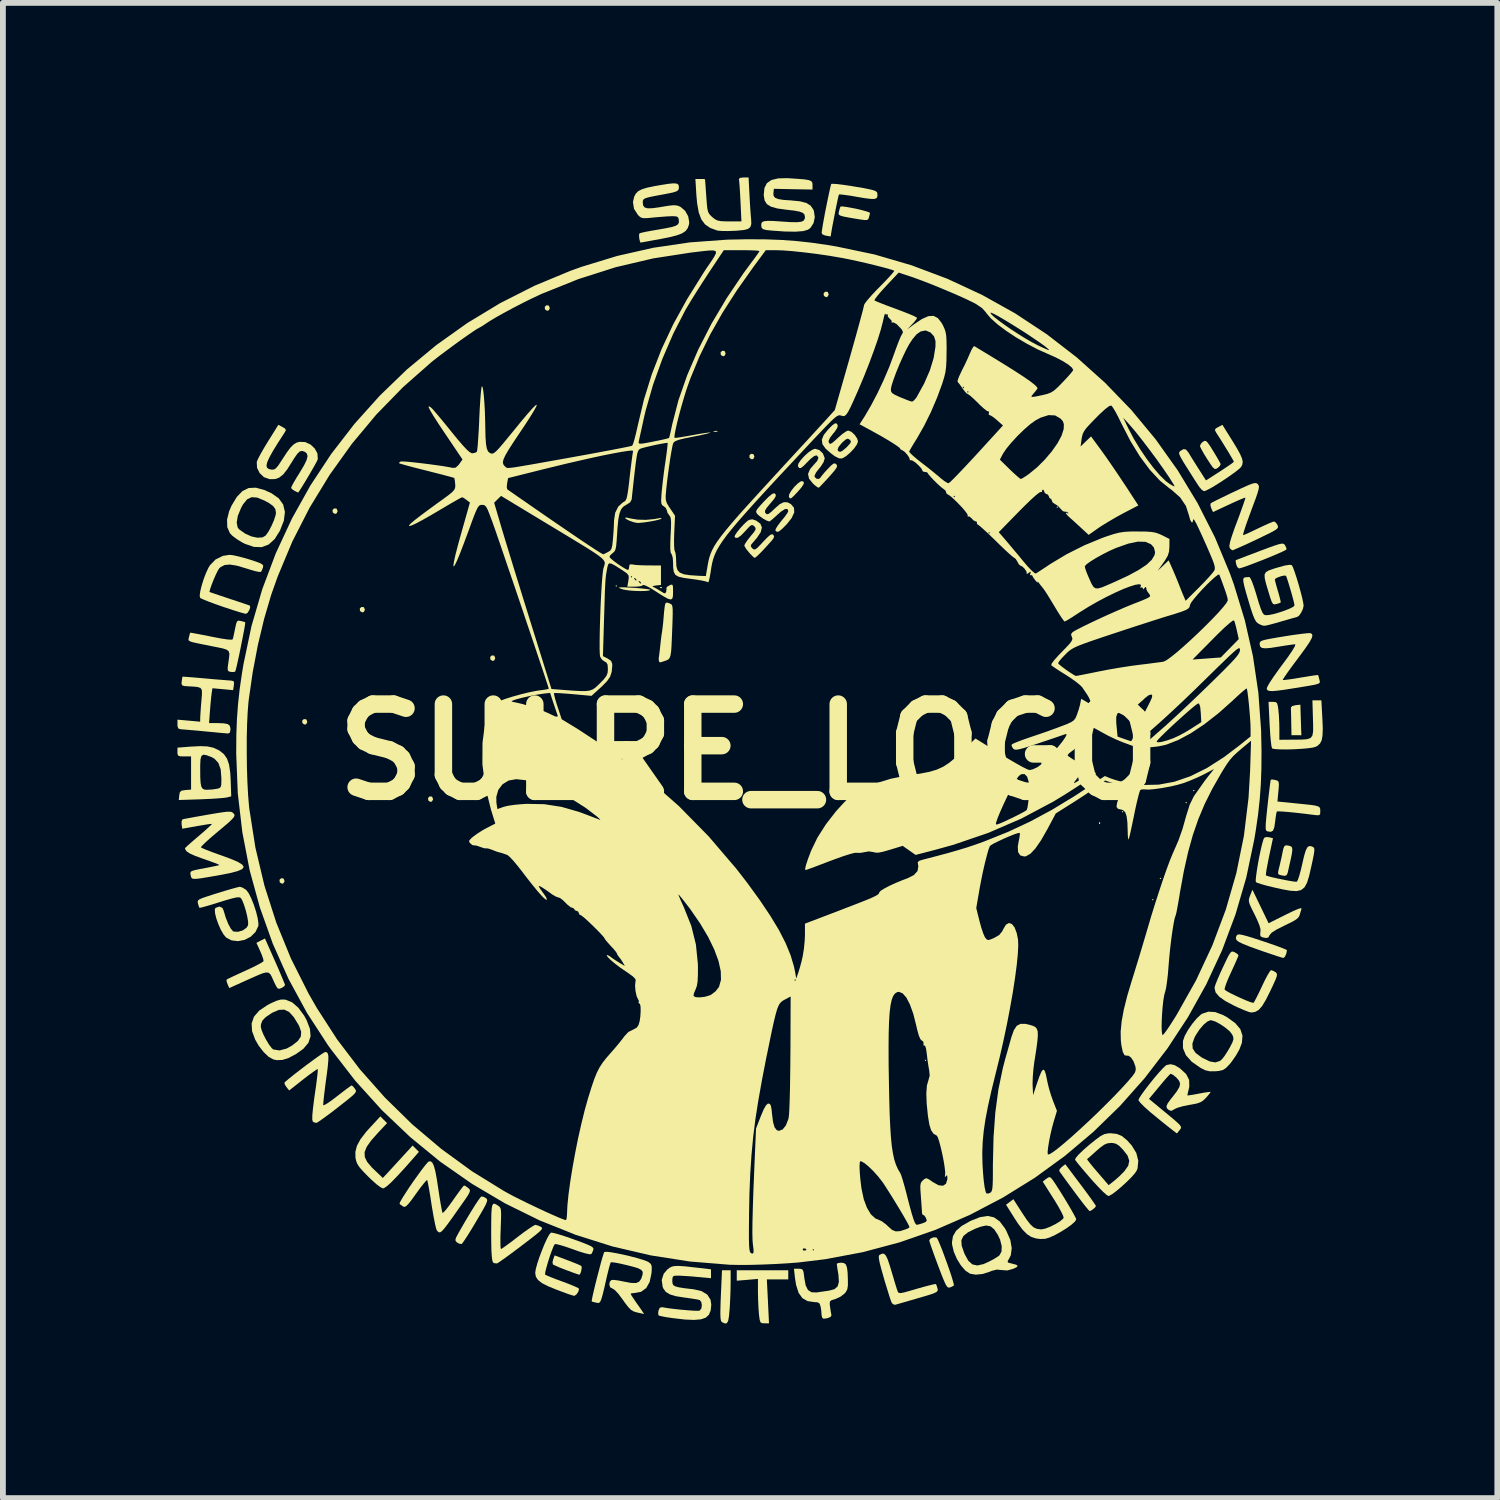
<source format=kicad_pcb>
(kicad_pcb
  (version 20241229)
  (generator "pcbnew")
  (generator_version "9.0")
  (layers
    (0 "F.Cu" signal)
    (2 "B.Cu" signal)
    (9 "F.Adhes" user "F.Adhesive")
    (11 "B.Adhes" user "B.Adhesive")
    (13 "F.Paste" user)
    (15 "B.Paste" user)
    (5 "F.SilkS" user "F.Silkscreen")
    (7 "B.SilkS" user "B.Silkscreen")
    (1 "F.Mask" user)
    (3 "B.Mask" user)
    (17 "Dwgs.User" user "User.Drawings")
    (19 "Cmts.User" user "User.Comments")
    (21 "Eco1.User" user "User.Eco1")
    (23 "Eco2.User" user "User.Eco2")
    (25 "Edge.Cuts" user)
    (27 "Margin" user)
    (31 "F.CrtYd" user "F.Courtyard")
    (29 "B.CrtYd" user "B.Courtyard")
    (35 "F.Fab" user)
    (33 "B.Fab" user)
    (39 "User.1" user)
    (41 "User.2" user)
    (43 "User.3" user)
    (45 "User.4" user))
  (footprint "SULRE_LOGO"
    (layer "F.Cu")
    (at 9.821 9.873)
    (property "Reference" "SULRE_LOGO" (at 0 0 0) (layer "F.SilkS") (effects (font (size 1.5 1.5) (thickness 0.3))))
    (attr board_only exclude_from_pos_files exclude_from_bom)
    (fp_poly (pts (xy -2.266 -2.853) (xy -2.279 -2.84) (xy -2.293 -2.853) (xy -2.279 -2.866)) (stroke (width 0) (type solid)) (fill yes) (layer "F.SilkS"))
    (fp_poly (pts (xy 3.048 5.301) (xy 3.035 5.314) (xy 3.022 5.301) (xy 3.035 5.288)) (stroke (width 0) (type solid)) (fill yes) (layer "F.SilkS"))
    (fp_poly (pts (xy 5.314 -4.207) (xy 5.301 -4.194) (xy 5.288 -4.207) (xy 5.301 -4.22)) (stroke (width 0) (type solid)) (fill yes) (layer "F.SilkS"))
    (fp_poly (pts (xy 6.435 1.029) (xy 6.422 1.042) (xy 6.409 1.029) (xy 6.422 1.016)) (stroke (width 0) (type solid)) (fill yes) (layer "F.SilkS"))
    (fp_poly (pts (xy 6.956 2.54) (xy 6.943 2.553) (xy 6.93 2.54) (xy 6.943 2.527)) (stroke (width 0) (type solid)) (fill yes) (layer "F.SilkS"))
    (fp_poly (pts (xy 7.086 2.175) (xy 7.073 2.188) (xy 7.06 2.175) (xy 7.073 2.162)) (stroke (width 0) (type solid)) (fill yes) (layer "F.SilkS"))
    (fp_poly (pts (xy 7.529 0.873) (xy 7.516 0.886) (xy 7.503 0.873) (xy 7.516 0.86)) (stroke (width 0) (type solid)) (fill yes) (layer "F.SilkS"))
    (fp_poly (pts (xy 7.659 0.664) (xy 7.646 0.677) (xy 7.633 0.664) (xy 7.646 0.651)) (stroke (width 0) (type solid)) (fill yes) (layer "F.SilkS"))
    (fp_poly (pts (xy -1.494 -2.831) (xy -1.497 -2.815) (xy -1.511 -2.814) (xy -1.532 -2.823) (xy -1.528 -2.831) (xy -1.497 -2.834)) (stroke (width 0) (type solid)) (fill yes) (layer "F.SilkS"))
    (fp_poly (pts (xy -0.541 -5.514) (xy -0.537 -5.505) (xy -0.573 -5.501) (xy -0.61 -5.505) (xy -0.606 -5.514) (xy -0.552 -5.518)) (stroke (width 0) (type solid)) (fill yes) (layer "F.SilkS"))
    (fp_poly (pts (xy 6.035 1.207) (xy 6.038 1.238) (xy 6.035 1.242) (xy 6.02 1.238) (xy 6.018 1.224) (xy 6.027 1.203)) (stroke (width 0) (type solid)) (fill yes) (layer "F.SilkS"))
    (fp_poly (pts (xy -8.002 2.175) (xy -7.995 2.181) (xy -7.98 2.222) (xy -7.999 2.258) (xy -8.024 2.266) (xy -8.057 2.247) (xy -8.064 2.238) (xy -8.067 2.198) (xy -8.04 2.172)) (stroke (width 0) (type solid)) (fill yes) (layer "F.SilkS"))
    (fp_poly (pts (xy -7.611 -0.56) (xy -7.604 -0.555) (xy -7.589 -0.513) (xy -7.608 -0.477) (xy -7.633 -0.469) (xy -7.666 -0.488) (xy -7.674 -0.497) (xy -7.677 -0.537) (xy -7.649 -0.564)) (stroke (width 0) (type solid)) (fill yes) (layer "F.SilkS"))
    (fp_poly (pts (xy -7.09 -4.182) (xy -7.083 -4.176) (xy -7.068 -4.135) (xy -7.087 -4.098) (xy -7.112 -4.09) (xy -7.145 -4.109) (xy -7.152 -4.118) (xy -7.156 -4.158) (xy -7.128 -4.185)) (stroke (width 0) (type solid)) (fill yes) (layer "F.SilkS"))
    (fp_poly (pts (xy -6.621 -2.488) (xy -6.614 -2.482) (xy -6.599 -2.441) (xy -6.619 -2.405) (xy -6.643 -2.397) (xy -6.676 -2.416) (xy -6.684 -2.425) (xy -6.687 -2.465) (xy -6.659 -2.491)) (stroke (width 0) (type solid)) (fill yes) (layer "F.SilkS"))
    (fp_poly (pts (xy -5.449 0.768) (xy -5.442 0.774) (xy -5.427 0.815) (xy -5.446 0.851) (xy -5.471 0.86) (xy -5.504 0.841) (xy -5.511 0.831) (xy -5.514 0.792) (xy -5.487 0.765)) (stroke (width 0) (type solid)) (fill yes) (layer "F.SilkS"))
    (fp_poly (pts (xy -4.381 -1.655) (xy -4.374 -1.649) (xy -4.359 -1.608) (xy -4.378 -1.571) (xy -4.403 -1.563) (xy -4.436 -1.582) (xy -4.443 -1.591) (xy -4.446 -1.631) (xy -4.419 -1.658)) (stroke (width 0) (type solid)) (fill yes) (layer "F.SilkS"))
    (fp_poly (pts (xy -3.443 -7.672) (xy -3.436 -7.667) (xy -3.421 -7.625) (xy -3.44 -7.589) (xy -3.465 -7.581) (xy -3.498 -7.6) (xy -3.505 -7.609) (xy -3.508 -7.649) (xy -3.481 -7.676)) (stroke (width 0) (type solid)) (fill yes) (layer "F.SilkS"))
    (fp_poly (pts (xy -0.421 -6.891) (xy -0.414 -6.885) (xy -0.399 -6.844) (xy -0.418 -6.808) (xy -0.443 -6.799) (xy -0.476 -6.818) (xy -0.483 -6.828) (xy -0.486 -6.867) (xy -0.459 -6.894)) (stroke (width 0) (type solid)) (fill yes) (layer "F.SilkS"))
    (fp_poly (pts (xy 0.074 -5.119) (xy 0.081 -5.114) (xy 0.096 -5.072) (xy 0.077 -5.036) (xy 0.052 -5.028) (xy 0.019 -5.047) (xy 0.012 -5.056) (xy 0.009 -5.096) (xy 0.036 -5.123)) (stroke (width 0) (type solid)) (fill yes) (layer "F.SilkS"))
    (fp_poly (pts (xy 1.35 -7.907) (xy 1.358 -7.901) (xy 1.372 -7.86) (xy 1.353 -7.824) (xy 1.329 -7.815) (xy 1.295 -7.834) (xy 1.288 -7.844) (xy 1.285 -7.883) (xy 1.313 -7.91)) (stroke (width 0) (type solid)) (fill yes) (layer "F.SilkS"))
    (fp_poly (pts (xy 9.487 -0.549) (xy 9.496 -0.286) (xy 9.411 -0.287) (xy 9.326 -0.287) (xy 9.322 -0.508) (xy 9.32 -0.613) (xy 9.318 -0.7) (xy 9.316 -0.754) (xy 9.316 -0.762) (xy 9.337 -0.787) (xy 9.393 -0.802) (xy 9.396 -0.803) (xy 9.479 -0.811)) (stroke (width 0) (type solid)) (fill yes) (layer "F.SilkS"))
    (fp_poly (pts (xy 0.945 -4.639) (xy 0.942 -4.604) (xy 0.902 -4.543) (xy 0.84 -4.471) (xy 0.773 -4.4) (xy 0.732 -4.363) (xy 0.708 -4.356) (xy 0.693 -4.374) (xy 0.687 -4.39) (xy 0.695 -4.431) (xy 0.731 -4.491) (xy 0.783 -4.557) (xy 0.841 -4.614) (xy 0.891 -4.649) (xy 0.912 -4.654)) (stroke (width 0) (type solid)) (fill yes) (layer "F.SilkS"))
    (fp_poly (pts (xy -2.136 -2.828) (xy -2.045 -2.824) (xy -1.943 -2.818) (xy -1.843 -2.809) (xy -1.76 -2.8) (xy -1.707 -2.791) (xy -1.693 -2.784) (xy -1.717 -2.773) (xy -1.779 -2.766) (xy -1.865 -2.764) (xy -1.962 -2.767) (xy -2.057 -2.774) (xy -2.135 -2.786) (xy -2.159 -2.791) (xy -2.214 -2.81) (xy -2.237 -2.822) (xy -2.237 -2.824) (xy -2.205 -2.828)) (stroke (width 0) (type solid)) (fill yes) (layer "F.SilkS"))
    (fp_poly (pts (xy -3.116 8.737) (xy -3.016 8.776) (xy -2.936 8.808) (xy -2.887 8.831) (xy -2.878 8.836) (xy -2.873 8.868) (xy -2.881 8.92) (xy -2.897 8.968) (xy -2.914 8.986) (xy -2.945 8.977) (xy -3.011 8.954) (xy -3.102 8.92) (xy -3.139 8.907) (xy -3.237 8.869) (xy -3.315 8.835) (xy -3.362 8.813) (xy -3.368 8.808) (xy -3.375 8.771) (xy -3.363 8.721) (xy -3.338 8.654)) (stroke (width 0) (type solid)) (fill yes) (layer "F.SilkS"))
    (fp_poly (pts (xy -2.03 -4.011) (xy -1.913 -3.992) (xy -1.771 -3.988) (xy -1.631 -4.001) (xy -1.579 -4.01) (xy -1.516 -4.021) (xy -1.5 -4.014) (xy -1.504 -4.008) (xy -1.541 -3.993) (xy -1.614 -3.975) (xy -1.706 -3.958) (xy -1.802 -3.944) (xy -1.887 -3.936) (xy -1.915 -3.935) (xy -1.974 -3.946) (xy -2.048 -3.971) (xy -2.055 -3.974) (xy -2.116 -4.006) (xy -2.129 -4.025) (xy -2.094 -4.026)) (stroke (width 0) (type solid)) (fill yes) (layer "F.SilkS"))
    (fp_poly (pts (xy -0.313 9.111) (xy -0.315 9.234) (xy -0.32 9.382) (xy -0.327 9.528) (xy -0.33 9.567) (xy -0.341 9.695) (xy -0.355 9.776) (xy -0.377 9.818) (xy -0.41 9.825) (xy -0.456 9.804) (xy -0.465 9.798) (xy -0.478 9.781) (xy -0.486 9.742) (xy -0.49 9.676) (xy -0.489 9.576) (xy -0.485 9.433) (xy -0.481 9.343) (xy -0.462 8.91) (xy -0.387 8.91) (xy -0.313 8.91)) (stroke (width 0) (type solid)) (fill yes) (layer "F.SilkS"))
    (fp_poly (pts (xy 7.857 -5.343) (xy 7.886 -5.315) (xy 7.927 -5.257) (xy 7.981 -5.17) (xy 8.036 -5.079) (xy 8.08 -5.003) (xy 8.105 -4.955) (xy 8.109 -4.946) (xy 8.094 -4.913) (xy 8.058 -4.88) (xy 8.029 -4.864) (xy 8.004 -4.864) (xy 7.975 -4.889) (xy 7.935 -4.945) (xy 7.878 -5.032) (xy 7.822 -5.122) (xy 7.779 -5.199) (xy 7.755 -5.249) (xy 7.753 -5.258) (xy 7.77 -5.298) (xy 7.805 -5.331) (xy 7.832 -5.345)) (stroke (width 0) (type solid)) (fill yes) (layer "F.SilkS"))
    (fp_poly (pts (xy 9.263 1.609) (xy 9.299 1.617) (xy 9.324 1.628) (xy 9.338 1.651) (xy 9.34 1.693) (xy 9.331 1.76) (xy 9.31 1.861) (xy 9.278 2.002) (xy 9.261 2.078) (xy 9.243 2.119) (xy 9.206 2.131) (xy 9.137 2.118) (xy 9.106 2.107) (xy 9.095 2.086) (xy 9.101 2.04) (xy 9.116 1.98) (xy 9.135 1.901) (xy 9.158 1.8) (xy 9.169 1.743) (xy 9.187 1.661) (xy 9.205 1.619) (xy 9.23 1.606)) (stroke (width 0) (type solid)) (fill yes) (layer "F.SilkS"))
    (fp_poly (pts (xy 0.677 8.988) (xy 0.677 9.066) (xy 0.493 9.066) (xy 0.309 9.066) (xy 0.328 9.444) (xy 0.346 9.821) (xy 0.268 9.821) (xy 0.225 9.819) (xy 0.2 9.803) (xy 0.186 9.762) (xy 0.175 9.684) (xy 0.173 9.661) (xy 0.165 9.554) (xy 0.159 9.422) (xy 0.156 9.292) (xy 0.156 9.28) (xy 0.156 9.058) (xy -0.026 9.074) (xy -0.208 9.089) (xy -0.208 8.999) (xy -0.208 8.91) (xy 0.234 8.91) (xy 0.677 8.91)) (stroke (width 0) (type solid)) (fill yes) (layer "F.SilkS"))
    (fp_poly (pts (xy 5.703 7.438) (xy 5.79 7.555) (xy 5.865 7.657) (xy 5.922 7.738) (xy 5.957 7.79) (xy 5.966 7.806) (xy 5.947 7.833) (xy 5.906 7.868) (xy 5.866 7.891) (xy 5.857 7.893) (xy 5.837 7.873) (xy 5.791 7.818) (xy 5.726 7.736) (xy 5.648 7.632) (xy 5.595 7.561) (xy 5.51 7.446) (xy 5.436 7.345) (xy 5.379 7.266) (xy 5.343 7.216) (xy 5.335 7.203) (xy 5.342 7.171) (xy 5.38 7.132) (xy 5.439 7.087)) (stroke (width 0) (type solid)) (fill yes) (layer "F.SilkS"))
    (fp_poly (pts (xy 1.672 -9.367) (xy 1.761 -9.351) (xy 1.859 -9.331) (xy 1.952 -9.309) (xy 2.029 -9.287) (xy 2.074 -9.27) (xy 2.082 -9.264) (xy 2.072 -9.217) (xy 2.062 -9.182) (xy 2.051 -9.155) (xy 2.03 -9.142) (xy 1.989 -9.141) (xy 1.915 -9.151) (xy 1.85 -9.161) (xy 1.717 -9.184) (xy 1.628 -9.201) (xy 1.574 -9.217) (xy 1.548 -9.234) (xy 1.542 -9.257) (xy 1.548 -9.289) (xy 1.55 -9.295) (xy 1.565 -9.349) (xy 1.575 -9.373) (xy 1.606 -9.375)) (stroke (width 0) (type solid)) (fill yes) (layer "F.SilkS"))
    (fp_poly (pts (xy 8.484 3.146) (xy 8.563 3.167) (xy 8.677 3.202) (xy 8.83 3.252) (xy 8.968 3.299) (xy 9.087 3.341) (xy 9.178 3.375) (xy 9.234 3.399) (xy 9.248 3.408) (xy 9.237 3.469) (xy 9.213 3.521) (xy 9.187 3.542) (xy 9.153 3.533) (xy 9.079 3.51) (xy 8.975 3.475) (xy 8.848 3.432) (xy 8.766 3.403) (xy 8.609 3.347) (xy 8.496 3.302) (xy 8.422 3.266) (xy 8.381 3.234) (xy 8.369 3.202) (xy 8.378 3.168) (xy 8.387 3.152) (xy 8.403 3.14) (xy 8.433 3.137)) (stroke (width 0) (type solid)) (fill yes) (layer "F.SilkS"))
    (fp_poly (pts (xy -4.557 7.648) (xy -4.521 7.668) (xy -4.504 7.684) (xy -4.497 7.705) (xy -4.504 7.737) (xy -4.526 7.789) (xy -4.568 7.866) (xy -4.632 7.976) (xy -4.691 8.077) (xy -4.766 8.202) (xy -4.833 8.31) (xy -4.888 8.394) (xy -4.925 8.446) (xy -4.938 8.459) (xy -4.978 8.452) (xy -5.014 8.432) (xy -5.037 8.411) (xy -5.044 8.386) (xy -5.031 8.345) (xy -4.995 8.277) (xy -4.968 8.229) (xy -4.874 8.066) (xy -4.788 7.922) (xy -4.713 7.801) (xy -4.653 7.71) (xy -4.612 7.655) (xy -4.597 7.641)) (stroke (width 0) (type solid)) (fill yes) (layer "F.SilkS"))
    (fp_poly (pts (xy 3.231 8.353) (xy 3.251 8.389) (xy 3.282 8.461) (xy 3.322 8.56) (xy 3.365 8.676) (xy 3.41 8.799) (xy 3.452 8.919) (xy 3.487 9.026) (xy 3.512 9.11) (xy 3.524 9.161) (xy 3.524 9.172) (xy 3.484 9.194) (xy 3.451 9.206) (xy 3.43 9.208) (xy 3.41 9.194) (xy 3.386 9.16) (xy 3.357 9.097) (xy 3.317 9) (xy 3.265 8.863) (xy 3.25 8.823) (xy 3.199 8.687) (xy 3.156 8.567) (xy 3.123 8.472) (xy 3.104 8.412) (xy 3.1 8.395) (xy 3.122 8.365) (xy 3.169 8.345) (xy 3.217 8.345)) (stroke (width 0) (type solid)) (fill yes) (layer "F.SilkS"))
    (fp_poly (pts (xy 9.185 -3.578) (xy 9.203 -3.567) (xy 9.214 -3.554) (xy 9.238 -3.505) (xy 9.24 -3.479) (xy 9.214 -3.463) (xy 9.15 -3.432) (xy 9.056 -3.391) (xy 8.944 -3.344) (xy 8.822 -3.295) (xy 8.7 -3.248) (xy 8.59 -3.206) (xy 8.499 -3.174) (xy 8.44 -3.156) (xy 8.424 -3.153) (xy 8.396 -3.175) (xy 8.377 -3.22) (xy 8.367 -3.272) (xy 8.368 -3.294) (xy 8.393 -3.304) (xy 8.46 -3.33) (xy 8.558 -3.368) (xy 8.681 -3.414) (xy 8.777 -3.451) (xy 8.926 -3.507) (xy 9.033 -3.545) (xy 9.107 -3.569) (xy 9.155 -3.579)) (stroke (width 0) (type solid)) (fill yes) (layer "F.SilkS"))
    (fp_poly (pts (xy 8.794 2.657) (xy 8.933 2.945) (xy 9.225 2.799) (xy 9.355 2.736) (xy 9.443 2.698) (xy 9.49 2.686) (xy 9.499 2.697) (xy 9.48 2.756) (xy 9.466 2.806) (xy 9.448 2.842) (xy 9.408 2.879) (xy 9.337 2.921) (xy 9.226 2.975) (xy 9.208 2.984) (xy 9.072 3.052) (xy 8.986 3.107) (xy 8.95 3.149) (xy 8.949 3.15) (xy 8.929 3.189) (xy 8.891 3.199) (xy 8.823 3.186) (xy 8.791 3.165) (xy 8.789 3.117) (xy 8.792 3.1) (xy 8.794 3.05) (xy 8.776 2.983) (xy 8.737 2.888) (xy 8.693 2.796) (xy 8.64 2.69) (xy 8.608 2.619) (xy 8.594 2.569) (xy 8.595 2.529) (xy 8.608 2.487) (xy 8.616 2.467) (xy 8.655 2.369)) (stroke (width 0) (type solid)) (fill yes) (layer "F.SilkS"))
    (fp_poly (pts (xy -1.376 -2.557) (xy -1.361 -2.551) (xy -1.339 -2.541) (xy -1.323 -2.526) (xy -1.314 -2.497) (xy -1.309 -2.448) (xy -1.309 -2.369) (xy -1.312 -2.252) (xy -1.317 -2.117) (xy -1.324 -1.941) (xy -1.33 -1.81) (xy -1.337 -1.717) (xy -1.348 -1.654) (xy -1.363 -1.614) (xy -1.383 -1.59) (xy -1.411 -1.575) (xy -1.437 -1.566) (xy -1.498 -1.545) (xy -1.527 -1.539) (xy -1.54 -1.547) (xy -1.545 -1.557) (xy -1.55 -1.596) (xy -1.547 -1.628) (xy -1.539 -1.683) (xy -1.529 -1.767) (xy -1.523 -1.824) (xy -1.512 -1.921) (xy -1.501 -2.01) (xy -1.495 -2.045) (xy -1.485 -2.117) (xy -1.474 -2.213) (xy -1.469 -2.266) (xy -1.458 -2.399) (xy -1.448 -2.488) (xy -1.439 -2.54) (xy -1.425 -2.563) (xy -1.405 -2.566)) (stroke (width 0) (type solid)) (fill yes) (layer "F.SilkS"))
    (fp_poly (pts (xy -8.144 3.597) (xy -8.086 3.729) (xy -8.037 3.845) (xy -7.999 3.936) (xy -7.976 3.993) (xy -7.972 4.009) (xy -7.993 4.034) (xy -8.036 4.059) (xy -8.071 4.072) (xy -8.098 4.065) (xy -8.124 4.029) (xy -8.159 3.957) (xy -8.171 3.931) (xy -8.2 3.865) (xy -8.226 3.819) (xy -8.257 3.795) (xy -8.3 3.791) (xy -8.364 3.808) (xy -8.456 3.846) (xy -8.586 3.904) (xy -8.64 3.928) (xy -8.93 4.059) (xy -8.96 3.993) (xy -8.977 3.941) (xy -8.977 3.914) (xy -8.949 3.899) (xy -8.883 3.867) (xy -8.789 3.823) (xy -8.675 3.771) (xy -8.657 3.763) (xy -8.541 3.709) (xy -8.444 3.66) (xy -8.375 3.622) (xy -8.342 3.599) (xy -8.341 3.597) (xy -8.347 3.56) (xy -8.37 3.493) (xy -8.398 3.426) (xy -8.464 3.282) (xy -8.391 3.244) (xy -8.317 3.207)) (stroke (width 0) (type solid)) (fill yes) (layer "F.SilkS"))
    (fp_poly (pts (xy -6.276 6.323) (xy -6.218 6.38) (xy -6.378 6.551) (xy -6.494 6.682) (xy -6.569 6.789) (xy -6.605 6.88) (xy -6.601 6.964) (xy -6.56 7.048) (xy -6.482 7.14) (xy -6.438 7.183) (xy -6.291 7.323) (xy -6.187 7.211) (xy -6.118 7.136) (xy -6.031 7.041) (xy -5.943 6.945) (xy -5.931 6.932) (xy -5.779 6.766) (xy -5.725 6.82) (xy -5.671 6.874) (xy -5.758 6.974) (xy -5.916 7.153) (xy -6.045 7.293) (xy -6.145 7.396) (xy -6.219 7.463) (xy -6.269 7.497) (xy -6.287 7.503) (xy -6.329 7.484) (xy -6.398 7.433) (xy -6.485 7.355) (xy -6.541 7.301) (xy -6.633 7.207) (xy -6.693 7.138) (xy -6.73 7.082) (xy -6.75 7.029) (xy -6.761 6.978) (xy -6.763 6.874) (xy -6.736 6.769) (xy -6.675 6.657) (xy -6.577 6.529) (xy -6.503 6.448) (xy -6.334 6.265)) (stroke (width 0) (type solid)) (fill yes) (layer "F.SilkS"))
    (fp_poly (pts (xy 9.857 -0.572) (xy 9.864 -0.408) (xy 9.86 -0.287) (xy 9.846 -0.202) (xy 9.817 -0.144) (xy 9.773 -0.104) (xy 9.743 -0.088) (xy 9.688 -0.073) (xy 9.599 -0.061) (xy 9.487 -0.052) (xy 9.364 -0.045) (xy 9.242 -0.042) (xy 9.132 -0.043) (xy 9.047 -0.048) (xy 8.998 -0.057) (xy 8.992 -0.061) (xy 8.982 -0.097) (xy 8.972 -0.174) (xy 8.962 -0.284) (xy 8.954 -0.415) (xy 8.95 -0.475) (xy 8.932 -0.86) (xy 9.009 -0.86) (xy 9.053 -0.856) (xy 9.078 -0.837) (xy 9.092 -0.788) (xy 9.101 -0.723) (xy 9.11 -0.623) (xy 9.116 -0.5) (xy 9.118 -0.397) (xy 9.118 -0.208) (xy 9.359 -0.21) (xy 9.497 -0.211) (xy 9.593 -0.218) (xy 9.653 -0.238) (xy 9.685 -0.279) (xy 9.698 -0.351) (xy 9.698 -0.46) (xy 9.695 -0.569) (xy 9.686 -0.886) (xy 9.763 -0.886) (xy 9.84 -0.886)) (stroke (width 0) (type solid)) (fill yes) (layer "F.SilkS"))
    (fp_poly (pts (xy 1.521 -9.759) (xy 1.626 -9.746) (xy 1.754 -9.727) (xy 1.818 -9.716) (xy 1.968 -9.691) (xy 2.073 -9.67) (xy 2.142 -9.653) (xy 2.183 -9.636) (xy 2.202 -9.618) (xy 2.208 -9.6) (xy 2.21 -9.551) (xy 2.197 -9.519) (xy 2.161 -9.504) (xy 2.095 -9.504) (xy 1.992 -9.517) (xy 1.867 -9.538) (xy 1.747 -9.559) (xy 1.647 -9.573) (xy 1.577 -9.581) (xy 1.548 -9.58) (xy 1.54 -9.553) (xy 1.525 -9.486) (xy 1.505 -9.391) (xy 1.483 -9.279) (xy 1.46 -9.161) (xy 1.438 -9.049) (xy 1.421 -8.954) (xy 1.41 -8.887) (xy 1.407 -8.864) (xy 1.404 -8.86) (xy 1.384 -8.862) (xy 1.333 -8.871) (xy 1.309 -8.876) (xy 1.263 -8.896) (xy 1.251 -8.918) (xy 1.256 -8.963) (xy 1.269 -9.045) (xy 1.288 -9.153) (xy 1.311 -9.277) (xy 1.337 -9.406) (xy 1.362 -9.529) (xy 1.385 -9.636) (xy 1.403 -9.716) (xy 1.415 -9.758) (xy 1.417 -9.762) (xy 1.448 -9.764)) (stroke (width 0) (type solid)) (fill yes) (layer "F.SilkS"))
    (fp_poly (pts (xy 9.05 0.483) (xy 9.085 0.495) (xy 9.104 0.514) (xy 9.11 0.555) (xy 9.106 0.629) (xy 9.101 0.677) (xy 9.085 0.853) (xy 9.395 0.884) (xy 9.552 0.9) (xy 9.665 0.912) (xy 9.741 0.924) (xy 9.787 0.938) (xy 9.811 0.956) (xy 9.82 0.98) (xy 9.821 1.012) (xy 9.821 1.018) (xy 9.819 1.067) (xy 9.801 1.088) (xy 9.753 1.088) (xy 9.711 1.083) (xy 9.551 1.063) (xy 9.402 1.046) (xy 9.271 1.033) (xy 9.167 1.025) (xy 9.099 1.022) (xy 9.075 1.024) (xy 9.066 1.054) (xy 9.055 1.121) (xy 9.045 1.201) (xy 9.03 1.3) (xy 9.008 1.354) (xy 8.972 1.374) (xy 8.914 1.366) (xy 8.908 1.364) (xy 8.894 1.355) (xy 8.885 1.334) (xy 8.882 1.293) (xy 8.885 1.224) (xy 8.894 1.12) (xy 8.909 0.975) (xy 8.915 0.92) (xy 8.931 0.776) (xy 8.946 0.651) (xy 8.958 0.553) (xy 8.967 0.493) (xy 8.971 0.477) (xy 9.001 0.475)) (stroke (width 0) (type solid)) (fill yes) (layer "F.SilkS"))
    (fp_poly (pts (xy 2.324 8.626) (xy 2.355 8.658) (xy 2.387 8.725) (xy 2.423 8.833) (xy 2.448 8.916) (xy 2.484 9.037) (xy 2.516 9.144) (xy 2.541 9.225) (xy 2.555 9.264) (xy 2.564 9.287) (xy 2.58 9.299) (xy 2.61 9.301) (xy 2.662 9.292) (xy 2.746 9.269) (xy 2.87 9.233) (xy 2.89 9.227) (xy 3.01 9.193) (xy 3.11 9.167) (xy 3.182 9.15) (xy 3.214 9.146) (xy 3.215 9.146) (xy 3.229 9.177) (xy 3.242 9.222) (xy 3.247 9.248) (xy 3.24 9.269) (xy 3.216 9.288) (xy 3.167 9.31) (xy 3.085 9.337) (xy 2.963 9.373) (xy 2.901 9.391) (xy 2.77 9.429) (xy 2.656 9.462) (xy 2.569 9.487) (xy 2.518 9.502) (xy 2.511 9.504) (xy 2.474 9.49) (xy 2.454 9.465) (xy 2.438 9.424) (xy 2.411 9.343) (xy 2.377 9.232) (xy 2.337 9.102) (xy 2.32 9.043) (xy 2.277 8.892) (xy 2.249 8.784) (xy 2.235 8.712) (xy 2.233 8.669) (xy 2.242 8.648) (xy 2.245 8.646) (xy 2.289 8.624)) (stroke (width 0) (type solid)) (fill yes) (layer "F.SilkS"))
    (fp_poly (pts (xy 5.187 7.316) (xy 5.197 7.326) (xy 5.231 7.37) (xy 5.281 7.445) (xy 5.343 7.542) (xy 5.411 7.651) (xy 5.478 7.762) (xy 5.539 7.866) (xy 5.588 7.953) (xy 5.619 8.013) (xy 5.627 8.035) (xy 5.605 8.072) (xy 5.547 8.124) (xy 5.464 8.185) (xy 5.366 8.246) (xy 5.265 8.302) (xy 5.172 8.345) (xy 5.097 8.368) (xy 5.093 8.369) (xy 5.007 8.372) (xy 4.936 8.363) (xy 4.853 8.336) (xy 4.779 8.288) (xy 4.706 8.214) (xy 4.624 8.104) (xy 4.568 8.018) (xy 4.42 7.783) (xy 4.483 7.736) (xy 4.546 7.688) (xy 4.695 7.92) (xy 4.775 8.04) (xy 4.839 8.122) (xy 4.894 8.172) (xy 4.949 8.197) (xy 5.012 8.206) (xy 5.03 8.206) (xy 5.094 8.194) (xy 5.179 8.161) (xy 5.268 8.117) (xy 5.347 8.069) (xy 5.399 8.025) (xy 5.41 8.009) (xy 5.402 7.975) (xy 5.37 7.907) (xy 5.318 7.813) (xy 5.253 7.704) (xy 5.237 7.68) (xy 5.051 7.386) (xy 5.109 7.339) (xy 5.156 7.309)) (stroke (width 0) (type solid)) (fill yes) (layer "F.SilkS"))
    (fp_poly (pts (xy -8.328 -4.501) (xy -8.206 -4.446) (xy -8.081 -4.359) (xy -8.004 -4.252) (xy -7.974 -4.124) (xy -7.992 -3.975) (xy -8.058 -3.806) (xy -8.059 -3.803) (xy -8.15 -3.658) (xy -8.254 -3.564) (xy -8.372 -3.519) (xy -8.507 -3.523) (xy -8.659 -3.575) (xy -8.712 -3.602) (xy -8.801 -3.657) (xy -8.878 -3.715) (xy -8.919 -3.758) (xy -8.965 -3.863) (xy -8.967 -3.942) (xy -8.803 -3.942) (xy -8.786 -3.857) (xy -8.76 -3.824) (xy -8.658 -3.752) (xy -8.549 -3.703) (xy -8.445 -3.681) (xy -8.358 -3.687) (xy -8.304 -3.719) (xy -8.255 -3.789) (xy -8.205 -3.883) (xy -8.162 -3.982) (xy -8.134 -4.069) (xy -8.128 -4.111) (xy -8.139 -4.174) (xy -8.178 -4.227) (xy -8.254 -4.281) (xy -8.329 -4.321) (xy -8.45 -4.371) (xy -8.546 -4.378) (xy -8.624 -4.34) (xy -8.693 -4.256) (xy -8.728 -4.192) (xy -8.784 -4.056) (xy -8.803 -3.942) (xy -8.967 -3.942) (xy -8.969 -3.992) (xy -8.932 -4.139) (xy -8.891 -4.233) (xy -8.8 -4.383) (xy -8.704 -4.483) (xy -8.597 -4.535) (xy -8.473 -4.541)) (stroke (width 0) (type solid)) (fill yes) (layer "F.SilkS"))
    (fp_poly (pts (xy 0.011 -9.567) (xy 0.018 -9.434) (xy 0.026 -9.31) (xy 0.034 -9.209) (xy 0.039 -9.154) (xy 0.042 -9.076) (xy 0.027 -9.022) (xy -0.015 -8.988) (xy -0.092 -8.969) (xy -0.21 -8.958) (xy -0.247 -8.956) (xy -0.361 -8.952) (xy -0.461 -8.953) (xy -0.532 -8.959) (xy -0.547 -8.962) (xy -0.664 -9.005) (xy -0.753 -9.066) (xy -0.817 -9.152) (xy -0.861 -9.27) (xy -0.889 -9.427) (xy -0.902 -9.567) (xy -0.919 -9.847) (xy -0.837 -9.847) (xy -0.78 -9.846) (xy -0.754 -9.841) (xy -0.754 -9.841) (xy -0.751 -9.814) (xy -0.746 -9.746) (xy -0.739 -9.647) (xy -0.732 -9.55) (xy -0.723 -9.425) (xy -0.714 -9.34) (xy -0.701 -9.284) (xy -0.681 -9.245) (xy -0.651 -9.212) (xy -0.629 -9.192) (xy -0.583 -9.155) (xy -0.538 -9.133) (xy -0.479 -9.122) (xy -0.389 -9.118) (xy -0.337 -9.118) (xy -0.128 -9.118) (xy -0.144 -9.463) (xy -0.151 -9.594) (xy -0.158 -9.707) (xy -0.165 -9.792) (xy -0.17 -9.838) (xy -0.171 -9.841) (xy -0.156 -9.865) (xy -0.093 -9.873) (xy -0.005 -9.873)) (stroke (width 0) (type solid)) (fill yes) (layer "F.SilkS"))
    (fp_poly (pts (xy -4.334 7.784) (xy -4.306 7.802) (xy -4.284 7.82) (xy -4.269 7.844) (xy -4.261 7.882) (xy -4.258 7.944) (xy -4.26 8.039) (xy -4.265 8.176) (xy -4.265 8.193) (xy -4.27 8.322) (xy -4.27 8.429) (xy -4.268 8.506) (xy -4.263 8.543) (xy -4.261 8.545) (xy -4.234 8.53) (xy -4.175 8.488) (xy -4.091 8.427) (xy -3.992 8.351) (xy -3.973 8.336) (xy -3.87 8.258) (xy -3.779 8.194) (xy -3.71 8.149) (xy -3.672 8.129) (xy -3.669 8.129) (xy -3.62 8.142) (xy -3.577 8.162) (xy -3.559 8.175) (xy -3.554 8.191) (xy -3.568 8.215) (xy -3.604 8.251) (xy -3.668 8.304) (xy -3.764 8.379) (xy -3.897 8.48) (xy -3.904 8.486) (xy -4.028 8.579) (xy -4.14 8.662) (xy -4.232 8.728) (xy -4.297 8.773) (xy -4.327 8.792) (xy -4.376 8.788) (xy -4.397 8.775) (xy -4.409 8.744) (xy -4.418 8.677) (xy -4.425 8.57) (xy -4.428 8.418) (xy -4.429 8.253) (xy -4.428 8.074) (xy -4.426 7.941) (xy -4.42 7.85) (xy -4.41 7.794) (xy -4.393 7.768) (xy -4.368 7.766)) (stroke (width 0) (type solid)) (fill yes) (layer "F.SilkS"))
    (fp_poly (pts (xy -8.734 -2.25) (xy -8.732 -2.25) (xy -8.679 -2.236) (xy -8.656 -2.228) (xy -8.658 -2.202) (xy -8.668 -2.135) (xy -8.686 -2.038) (xy -8.709 -1.921) (xy -8.734 -1.794) (xy -8.76 -1.668) (xy -8.785 -1.554) (xy -8.806 -1.46) (xy -8.822 -1.399) (xy -8.829 -1.379) (xy -8.864 -1.372) (xy -8.906 -1.375) (xy -8.942 -1.385) (xy -8.957 -1.407) (xy -8.957 -1.456) (xy -8.948 -1.52) (xy -8.934 -1.618) (xy -8.928 -1.685) (xy -8.94 -1.729) (xy -8.976 -1.757) (xy -9.044 -1.779) (xy -9.151 -1.801) (xy -9.222 -1.815) (xy -9.377 -1.846) (xy -9.489 -1.869) (xy -9.563 -1.886) (xy -9.607 -1.901) (xy -9.628 -1.916) (xy -9.632 -1.934) (xy -9.627 -1.957) (xy -9.623 -1.974) (xy -9.609 -2.027) (xy -9.603 -2.049) (xy -9.578 -2.046) (xy -9.511 -2.034) (xy -9.411 -2.015) (xy -9.288 -1.991) (xy -9.24 -1.981) (xy -9.079 -1.95) (xy -8.966 -1.933) (xy -8.898 -1.928) (xy -8.87 -1.936) (xy -8.87 -1.938) (xy -8.86 -1.978) (xy -8.844 -2.051) (xy -8.831 -2.117) (xy -8.813 -2.2) (xy -8.796 -2.243) (xy -8.773 -2.256)) (stroke (width 0) (type solid)) (fill yes) (layer "F.SilkS"))
    (fp_poly (pts (xy -7.956 4.261) (xy -7.848 4.306) (xy -7.743 4.398) (xy -7.645 4.531) (xy -7.6 4.613) (xy -7.544 4.76) (xy -7.533 4.887) (xy -7.57 5) (xy -7.657 5.103) (xy -7.78 5.191) (xy -7.911 5.261) (xy -8.019 5.295) (xy -8.116 5.298) (xy -8.172 5.286) (xy -8.253 5.242) (xy -8.34 5.159) (xy -8.424 5.051) (xy -8.485 4.945) (xy -8.539 4.798) (xy -8.543 4.723) (xy -8.389 4.723) (xy -8.375 4.781) (xy -8.342 4.862) (xy -8.295 4.952) (xy -8.245 5.034) (xy -8.199 5.094) (xy -8.173 5.115) (xy -8.067 5.131) (xy -7.947 5.1) (xy -7.851 5.047) (xy -7.752 4.969) (xy -7.701 4.894) (xy -7.694 4.811) (xy -7.729 4.713) (xy -7.738 4.695) (xy -7.821 4.559) (xy -7.901 4.471) (xy -7.984 4.43) (xy -8.076 4.434) (xy -8.183 4.479) (xy -8.213 4.497) (xy -8.307 4.561) (xy -8.361 4.618) (xy -8.385 4.679) (xy -8.389 4.723) (xy -8.543 4.723) (xy -8.546 4.667) (xy -8.506 4.551) (xy -8.416 4.447) (xy -8.275 4.352) (xy -8.22 4.323) (xy -8.123 4.279) (xy -8.051 4.258) (xy -7.988 4.256)) (stroke (width 0) (type solid)) (fill yes) (layer "F.SilkS"))
    (fp_poly (pts (xy 0.438 -4.445) (xy 0.462 -4.423) (xy 0.462 -4.395) (xy 0.435 -4.349) (xy 0.376 -4.278) (xy 0.362 -4.262) (xy 0.304 -4.192) (xy 0.278 -4.147) (xy 0.278 -4.116) (xy 0.288 -4.101) (xy 0.311 -4.084) (xy 0.34 -4.091) (xy 0.385 -4.126) (xy 0.442 -4.18) (xy 0.53 -4.257) (xy 0.601 -4.292) (xy 0.666 -4.289) (xy 0.724 -4.258) (xy 0.776 -4.195) (xy 0.78 -4.115) (xy 0.734 -4.017) (xy 0.652 -3.914) (xy 0.573 -3.834) (xy 0.52 -3.791) (xy 0.484 -3.781) (xy 0.458 -3.8) (xy 0.456 -3.804) (xy 0.463 -3.835) (xy 0.499 -3.893) (xy 0.554 -3.965) (xy 0.558 -3.969) (xy 0.618 -4.043) (xy 0.66 -4.102) (xy 0.677 -4.136) (xy 0.677 -4.137) (xy 0.663 -4.176) (xy 0.62 -4.173) (xy 0.55 -4.128) (xy 0.495 -4.079) (xy 0.428 -4.019) (xy 0.377 -3.976) (xy 0.352 -3.96) (xy 0.307 -3.975) (xy 0.243 -4.01) (xy 0.181 -4.055) (xy 0.149 -4.083) (xy 0.129 -4.11) (xy 0.125 -4.136) (xy 0.143 -4.171) (xy 0.188 -4.225) (xy 0.255 -4.299) (xy 0.338 -4.383) (xy 0.4 -4.433) (xy 0.436 -4.446)) (stroke (width 0) (type solid)) (fill yes) (layer "F.SilkS"))
    (fp_poly (pts (xy 8.304 -5.357) (xy 8.387 -5.221) (xy 8.443 -5.119) (xy 8.476 -5.043) (xy 8.488 -4.986) (xy 8.481 -4.939) (xy 8.464 -4.902) (xy 8.431 -4.867) (xy 8.364 -4.814) (xy 8.273 -4.748) (xy 8.17 -4.678) (xy 8.064 -4.609) (xy 7.966 -4.549) (xy 7.885 -4.505) (xy 7.833 -4.482) (xy 7.825 -4.481) (xy 7.789 -4.5) (xy 7.746 -4.548) (xy 7.743 -4.552) (xy 7.709 -4.603) (xy 7.655 -4.686) (xy 7.59 -4.789) (xy 7.532 -4.881) (xy 7.463 -4.991) (xy 7.42 -5.067) (xy 7.398 -5.115) (xy 7.395 -5.145) (xy 7.407 -5.164) (xy 7.417 -5.173) (xy 7.472 -5.204) (xy 7.514 -5.196) (xy 7.557 -5.143) (xy 7.567 -5.126) (xy 7.605 -5.063) (xy 7.661 -4.974) (xy 7.723 -4.875) (xy 7.737 -4.854) (xy 7.857 -4.666) (xy 8.097 -4.82) (xy 8.194 -4.884) (xy 8.272 -4.937) (xy 8.322 -4.974) (xy 8.336 -4.988) (xy 8.323 -5.014) (xy 8.288 -5.075) (xy 8.238 -5.159) (xy 8.177 -5.258) (xy 8.112 -5.363) (xy 8.048 -5.462) (xy 8.031 -5.489) (xy 8.01 -5.53) (xy 8.023 -5.558) (xy 8.067 -5.583) (xy 8.139 -5.621)) (stroke (width 0) (type solid)) (fill yes) (layer "F.SilkS"))
    (fp_poly (pts (xy 8.944 1.468) (xy 9.008 1.484) (xy 8.941 1.797) (xy 8.917 1.918) (xy 8.898 2.019) (xy 8.888 2.09) (xy 8.886 2.122) (xy 8.887 2.122) (xy 8.919 2.135) (xy 8.989 2.154) (xy 9.083 2.175) (xy 9.186 2.196) (xy 9.284 2.215) (xy 9.364 2.228) (xy 9.412 2.232) (xy 9.418 2.231) (xy 9.435 2.202) (xy 9.459 2.133) (xy 9.486 2.034) (xy 9.511 1.927) (xy 9.543 1.788) (xy 9.571 1.695) (xy 9.599 1.64) (xy 9.631 1.618) (xy 9.67 1.623) (xy 9.689 1.631) (xy 9.708 1.643) (xy 9.718 1.663) (xy 9.719 1.7) (xy 9.71 1.762) (xy 9.691 1.859) (xy 9.665 1.978) (xy 9.629 2.134) (xy 9.593 2.25) (xy 9.549 2.329) (xy 9.491 2.375) (xy 9.411 2.393) (xy 9.302 2.386) (xy 9.155 2.359) (xy 9.014 2.327) (xy 8.899 2.299) (xy 8.803 2.272) (xy 8.738 2.25) (xy 8.715 2.238) (xy 8.711 2.206) (xy 8.718 2.134) (xy 8.732 2.034) (xy 8.751 1.917) (xy 8.774 1.794) (xy 8.799 1.677) (xy 8.823 1.577) (xy 8.844 1.506) (xy 8.858 1.475) (xy 8.897 1.463)) (stroke (width 0) (type solid)) (fill yes) (layer "F.SilkS"))
    (fp_poly (pts (xy 1.212 -5.187) (xy 1.272 -5.13) (xy 1.302 -5.055) (xy 1.303 -5.041) (xy 1.284 -4.98) (xy 1.235 -4.903) (xy 1.209 -4.872) (xy 1.153 -4.8) (xy 1.129 -4.745) (xy 1.13 -4.728) (xy 1.161 -4.696) (xy 1.203 -4.691) (xy 1.229 -4.712) (xy 1.25 -4.742) (xy 1.296 -4.798) (xy 1.351 -4.858) (xy 1.415 -4.924) (xy 1.455 -4.955) (xy 1.483 -4.958) (xy 1.502 -4.944) (xy 1.516 -4.921) (xy 1.511 -4.892) (xy 1.481 -4.846) (xy 1.423 -4.777) (xy 1.378 -4.726) (xy 1.305 -4.647) (xy 1.246 -4.584) (xy 1.208 -4.546) (xy 1.2 -4.54) (xy 1.174 -4.552) (xy 1.125 -4.59) (xy 1.101 -4.613) (xy 1.034 -4.696) (xy 1.017 -4.777) (xy 1.052 -4.86) (xy 1.107 -4.924) (xy 1.175 -5.001) (xy 1.196 -5.056) (xy 1.172 -5.091) (xy 1.162 -5.096) (xy 1.123 -5.085) (xy 1.064 -5.039) (xy 1.015 -4.991) (xy 0.943 -4.917) (xy 0.895 -4.88) (xy 0.865 -4.879) (xy 0.844 -4.909) (xy 0.842 -4.913) (xy 0.851 -4.954) (xy 0.891 -5.014) (xy 0.951 -5.081) (xy 1.019 -5.144) (xy 1.085 -5.19) (xy 1.136 -5.21) (xy 1.139 -5.21)) (stroke (width 0) (type solid)) (fill yes) (layer "F.SilkS"))
    (fp_poly (pts (xy 1.528 -5.614) (xy 1.528 -5.614) (xy 1.52 -5.57) (xy 1.478 -5.505) (xy 1.449 -5.471) (xy 1.394 -5.399) (xy 1.37 -5.344) (xy 1.371 -5.328) (xy 1.385 -5.3) (xy 1.403 -5.294) (xy 1.436 -5.313) (xy 1.492 -5.361) (xy 1.54 -5.406) (xy 1.61 -5.466) (xy 1.671 -5.508) (xy 1.706 -5.523) (xy 1.762 -5.502) (xy 1.819 -5.449) (xy 1.862 -5.385) (xy 1.876 -5.334) (xy 1.856 -5.282) (xy 1.807 -5.213) (xy 1.74 -5.142) (xy 1.669 -5.082) (xy 1.606 -5.045) (xy 1.6 -5.043) (xy 1.547 -5.046) (xy 1.473 -5.084) (xy 1.425 -5.12) (xy 1.344 -5.189) (xy 1.524 -5.189) (xy 1.547 -5.162) (xy 1.573 -5.158) (xy 1.609 -5.176) (xy 1.663 -5.22) (xy 1.689 -5.245) (xy 1.739 -5.3) (xy 1.755 -5.333) (xy 1.742 -5.358) (xy 1.732 -5.367) (xy 1.702 -5.383) (xy 1.668 -5.372) (xy 1.618 -5.329) (xy 1.597 -5.309) (xy 1.541 -5.24) (xy 1.524 -5.189) (xy 1.344 -5.189) (xy 1.321 -5.209) (xy 1.264 -5.289) (xy 1.254 -5.366) (xy 1.288 -5.449) (xy 1.358 -5.536) (xy 1.43 -5.61) (xy 1.477 -5.645) (xy 1.507 -5.646)) (stroke (width 0) (type solid)) (fill yes) (layer "F.SilkS"))
    (fp_poly (pts (xy 0.128 -3.974) (xy 0.198 -3.921) (xy 0.224 -3.857) (xy 0.204 -3.777) (xy 0.139 -3.679) (xy 0.083 -3.614) (xy 0.041 -3.565) (xy 0.032 -3.534) (xy 0.054 -3.504) (xy 0.059 -3.499) (xy 0.083 -3.48) (xy 0.109 -3.48) (xy 0.144 -3.505) (xy 0.199 -3.561) (xy 0.244 -3.61) (xy 0.319 -3.687) (xy 0.368 -3.73) (xy 0.4 -3.741) (xy 0.419 -3.732) (xy 0.435 -3.702) (xy 0.418 -3.663) (xy 0.39 -3.628) (xy 0.301 -3.529) (xy 0.221 -3.443) (xy 0.156 -3.378) (xy 0.113 -3.341) (xy 0.101 -3.335) (xy 0.075 -3.352) (xy 0.029 -3.398) (xy 0.003 -3.427) (xy -0.045 -3.487) (xy -0.074 -3.535) (xy -0.078 -3.549) (xy -0.062 -3.583) (xy -0.021 -3.643) (xy 0.029 -3.706) (xy 0.087 -3.776) (xy 0.114 -3.82) (xy 0.115 -3.848) (xy 0.096 -3.875) (xy 0.093 -3.877) (xy 0.067 -3.898) (xy 0.04 -3.896) (xy 0.004 -3.867) (xy -0.055 -3.803) (xy -0.06 -3.797) (xy -0.138 -3.717) (xy -0.193 -3.679) (xy -0.231 -3.68) (xy -0.246 -3.696) (xy -0.237 -3.726) (xy -0.201 -3.78) (xy -0.148 -3.845) (xy -0.088 -3.91) (xy -0.032 -3.963) (xy 0.002 -3.987) (xy 0.06 -3.998)) (stroke (width 0) (type solid)) (fill yes) (layer "F.SilkS"))
    (fp_poly (pts (xy -9.307 -0.094) (xy -9.208 -0.073) (xy -9.121 -0.034) (xy -9.098 -0.021) (xy -9.023 0.038) (xy -8.969 0.116) (xy -8.934 0.22) (xy -8.913 0.361) (xy -8.906 0.493) (xy -8.897 0.764) (xy -8.975 0.784) (xy -9.029 0.791) (xy -9.123 0.799) (xy -9.245 0.807) (xy -9.384 0.813) (xy -9.425 0.815) (xy -9.798 0.827) (xy -9.79 0.745) (xy -9.779 0.691) (xy -9.749 0.666) (xy -9.685 0.656) (xy -9.587 0.648) (xy -9.587 0.363) (xy -9.587 0.293) (xy -9.43 0.293) (xy -9.429 0.436) (xy -9.423 0.536) (xy -9.41 0.599) (xy -9.387 0.634) (xy -9.353 0.649) (xy -9.314 0.651) (xy -9.223 0.646) (xy -9.147 0.635) (xy -9.103 0.624) (xy -9.079 0.605) (xy -9.068 0.565) (xy -9.066 0.49) (xy -9.066 0.451) (xy -9.078 0.301) (xy -9.117 0.191) (xy -9.185 0.117) (xy -9.236 0.089) (xy -9.321 0.057) (xy -9.376 0.048) (xy -9.409 0.07) (xy -9.425 0.128) (xy -9.43 0.229) (xy -9.43 0.293) (xy -9.587 0.293) (xy -9.587 0.078) (xy -9.704 0.078) (xy -9.776 0.076) (xy -9.81 0.063) (xy -9.821 0.03) (xy -9.821 0.003) (xy -9.821 -0.073) (xy -9.589 -0.091) (xy -9.429 -0.099)) (stroke (width 0) (type solid)) (fill yes) (layer "F.SilkS"))
    (fp_poly (pts (xy 8.016 4.472) (xy 8.151 4.523) (xy 8.223 4.563) (xy 8.36 4.662) (xy 8.447 4.765) (xy 8.484 4.877) (xy 8.474 5.001) (xy 8.43 5.116) (xy 8.372 5.218) (xy 8.3 5.322) (xy 8.263 5.368) (xy 8.2 5.433) (xy 8.146 5.468) (xy 8.078 5.484) (xy 8.023 5.489) (xy 7.923 5.49) (xy 7.845 5.472) (xy 7.763 5.431) (xy 7.611 5.325) (xy 7.511 5.212) (xy 7.461 5.092) (xy 7.461 5.013) (xy 7.623 5.013) (xy 7.628 5.098) (xy 7.678 5.174) (xy 7.776 5.247) (xy 7.799 5.261) (xy 7.92 5.32) (xy 8.017 5.337) (xy 8.095 5.313) (xy 8.136 5.278) (xy 8.18 5.22) (xy 8.233 5.137) (xy 8.269 5.075) (xy 8.31 4.995) (xy 8.328 4.942) (xy 8.325 4.901) (xy 8.307 4.857) (xy 8.264 4.802) (xy 8.189 4.739) (xy 8.101 4.679) (xy 8.014 4.633) (xy 7.945 4.612) (xy 7.937 4.611) (xy 7.882 4.633) (xy 7.814 4.69) (xy 7.743 4.774) (xy 7.68 4.871) (xy 7.659 4.91) (xy 7.623 5.013) (xy 7.461 5.013) (xy 7.461 4.968) (xy 7.491 4.882) (xy 7.548 4.779) (xy 7.621 4.673) (xy 7.698 4.58) (xy 7.77 4.514) (xy 7.789 4.501) (xy 7.898 4.465)) (stroke (width 0) (type solid)) (fill yes) (layer "F.SilkS"))
    (fp_poly (pts (xy 8.323 3.433) (xy 8.349 3.443) (xy 8.397 3.473) (xy 8.415 3.496) (xy 8.404 3.528) (xy 8.375 3.596) (xy 8.333 3.69) (xy 8.287 3.789) (xy 8.238 3.898) (xy 8.201 3.991) (xy 8.18 4.057) (xy 8.177 4.086) (xy 8.208 4.109) (xy 8.272 4.145) (xy 8.358 4.187) (xy 8.453 4.231) (xy 8.544 4.271) (xy 8.619 4.3) (xy 8.666 4.313) (xy 8.674 4.312) (xy 8.692 4.285) (xy 8.726 4.22) (xy 8.772 4.128) (xy 8.82 4.026) (xy 8.872 3.918) (xy 8.919 3.83) (xy 8.955 3.771) (xy 8.975 3.751) (xy 9.018 3.766) (xy 9.052 3.786) (xy 9.07 3.804) (xy 9.077 3.827) (xy 9.071 3.864) (xy 9.048 3.924) (xy 9.006 4.016) (xy 8.96 4.114) (xy 8.886 4.261) (xy 8.823 4.366) (xy 8.765 4.433) (xy 8.706 4.468) (xy 8.642 4.479) (xy 8.631 4.479) (xy 8.588 4.468) (xy 8.511 4.438) (xy 8.413 4.396) (xy 8.348 4.366) (xy 8.191 4.283) (xy 8.084 4.207) (xy 8.022 4.134) (xy 8.004 4.061) (xy 8.007 4.038) (xy 8.023 3.989) (xy 8.057 3.905) (xy 8.103 3.799) (xy 8.152 3.693) (xy 8.208 3.575) (xy 8.247 3.497) (xy 8.276 3.452) (xy 8.299 3.433)) (stroke (width 0) (type solid)) (fill yes) (layer "F.SilkS"))
    (fp_poly (pts (xy -3.361 8.268) (xy -3.283 8.288) (xy -3.176 8.321) (xy -3.051 8.364) (xy -3.007 8.38) (xy -2.869 8.43) (xy -2.773 8.468) (xy -2.713 8.496) (xy -2.681 8.519) (xy -2.671 8.54) (xy -2.673 8.558) (xy -2.696 8.612) (xy -2.711 8.633) (xy -2.743 8.634) (xy -2.814 8.618) (xy -2.916 8.587) (xy -3.025 8.548) (xy -3.14 8.508) (xy -3.237 8.478) (xy -3.305 8.461) (xy -3.335 8.46) (xy -3.336 8.46) (xy -3.358 8.5) (xy -3.387 8.573) (xy -3.42 8.666) (xy -3.452 8.766) (xy -3.479 8.86) (xy -3.498 8.935) (xy -3.503 8.979) (xy -3.501 8.985) (xy -3.468 9.001) (xy -3.397 9.031) (xy -3.299 9.069) (xy -3.198 9.106) (xy -3.087 9.148) (xy -2.997 9.185) (xy -2.937 9.214) (xy -2.918 9.229) (xy -2.932 9.28) (xy -2.965 9.327) (xy -3 9.349) (xy -3.003 9.349) (xy -3.04 9.339) (xy -3.113 9.315) (xy -3.211 9.279) (xy -3.294 9.248) (xy -3.447 9.186) (xy -3.555 9.131) (xy -3.624 9.077) (xy -3.661 9.02) (xy -3.672 8.956) (xy -3.672 8.952) (xy -3.662 8.887) (xy -3.636 8.793) (xy -3.6 8.683) (xy -3.556 8.567) (xy -3.511 8.456) (xy -3.467 8.361) (xy -3.429 8.293) (xy -3.402 8.263) (xy -3.4 8.262)) (stroke (width 0) (type solid)) (fill yes) (layer "F.SilkS"))
    (fp_poly (pts (xy 1.635 8.786) (xy 1.667 8.81) (xy 1.686 8.862) (xy 1.697 8.948) (xy 1.702 9.075) (xy 1.702 9.172) (xy 1.692 9.236) (xy 1.668 9.282) (xy 1.643 9.311) (xy 1.574 9.364) (xy 1.489 9.403) (xy 1.48 9.406) (xy 1.418 9.425) (xy 1.392 9.45) (xy 1.39 9.499) (xy 1.396 9.542) (xy 1.407 9.618) (xy 1.418 9.673) (xy 1.42 9.682) (xy 1.405 9.71) (xy 1.355 9.732) (xy 1.286 9.743) (xy 1.283 9.743) (xy 1.258 9.721) (xy 1.25 9.681) (xy 1.245 9.61) (xy 1.234 9.538) (xy 1.216 9.482) (xy 1.181 9.46) (xy 1.129 9.457) (xy 1.011 9.44) (xy 0.92 9.389) (xy 0.855 9.298) (xy 0.812 9.164) (xy 0.793 9.045) (xy 0.775 8.883) (xy 0.855 8.883) (xy 0.899 8.886) (xy 0.925 8.901) (xy 0.94 8.942) (xy 0.951 9.019) (xy 0.953 9.044) (xy 0.976 9.168) (xy 1.015 9.248) (xy 1.075 9.287) (xy 1.159 9.291) (xy 1.174 9.289) (xy 1.273 9.275) (xy 1.375 9.26) (xy 1.382 9.259) (xy 1.472 9.234) (xy 1.526 9.186) (xy 1.547 9.108) (xy 1.54 8.992) (xy 1.537 8.973) (xy 1.523 8.888) (xy 1.514 8.824) (xy 1.511 8.799) (xy 1.534 8.785) (xy 1.588 8.779) (xy 1.589 8.779)) (stroke (width 0) (type solid)) (fill yes) (layer "F.SilkS"))
    (fp_poly (pts (xy -8.86 -3.379) (xy -8.762 -3.357) (xy -8.646 -3.326) (xy -8.583 -3.307) (xy -8.47 -3.27) (xy -8.398 -3.243) (xy -8.36 -3.22) (xy -8.347 -3.198) (xy -8.351 -3.171) (xy -8.351 -3.17) (xy -8.372 -3.116) (xy -8.386 -3.094) (xy -8.417 -3.093) (xy -8.485 -3.107) (xy -8.579 -3.134) (xy -8.645 -3.155) (xy -8.801 -3.201) (xy -8.92 -3.22) (xy -9.01 -3.212) (xy -9.079 -3.177) (xy -9.104 -3.153) (xy -9.129 -3.113) (xy -9.163 -3.044) (xy -9.199 -2.96) (xy -9.233 -2.875) (xy -9.258 -2.803) (xy -9.27 -2.757) (xy -9.269 -2.748) (xy -9.243 -2.739) (xy -9.176 -2.716) (xy -9.079 -2.683) (xy -8.959 -2.643) (xy -8.923 -2.631) (xy -8.799 -2.59) (xy -8.694 -2.555) (xy -8.618 -2.529) (xy -8.579 -2.515) (xy -8.576 -2.513) (xy -8.571 -2.481) (xy -8.589 -2.432) (xy -8.618 -2.388) (xy -8.645 -2.373) (xy -8.684 -2.382) (xy -8.763 -2.404) (xy -8.87 -2.438) (xy -8.996 -2.48) (xy -9.045 -2.496) (xy -9.175 -2.542) (xy -9.288 -2.584) (xy -9.374 -2.619) (xy -9.424 -2.642) (xy -9.431 -2.647) (xy -9.439 -2.686) (xy -9.429 -2.761) (xy -9.405 -2.858) (xy -9.372 -2.965) (xy -9.332 -3.071) (xy -9.29 -3.162) (xy -9.263 -3.207) (xy -9.166 -3.307) (xy -9.04 -3.369) (xy -8.925 -3.387)) (stroke (width 0) (type solid)) (fill yes) (layer "F.SilkS"))
    (fp_poly (pts (xy 0.708 -9.858) (xy 0.857 -9.848) (xy 0.962 -9.839) (xy 1.03 -9.827) (xy 1.07 -9.811) (xy 1.088 -9.789) (xy 1.094 -9.758) (xy 1.094 -9.742) (xy 1.094 -9.665) (xy 0.762 -9.671) (xy 0.43 -9.678) (xy 0.422 -9.608) (xy 0.424 -9.559) (xy 0.449 -9.525) (xy 0.503 -9.502) (xy 0.596 -9.487) (xy 0.729 -9.478) (xy 0.88 -9.463) (xy 0.988 -9.435) (xy 1.061 -9.389) (xy 1.108 -9.321) (xy 1.118 -9.295) (xy 1.133 -9.19) (xy 1.112 -9.089) (xy 1.059 -9.007) (xy 1.016 -8.975) (xy 0.933 -8.951) (xy 0.801 -8.941) (xy 0.619 -8.944) (xy 0.391 -8.96) (xy 0.297 -8.97) (xy 0.245 -8.984) (xy 0.221 -9.006) (xy 0.215 -9.027) (xy 0.213 -9.072) (xy 0.225 -9.103) (xy 0.259 -9.12) (xy 0.323 -9.127) (xy 0.423 -9.125) (xy 0.568 -9.115) (xy 0.57 -9.115) (xy 0.723 -9.105) (xy 0.831 -9.104) (xy 0.902 -9.112) (xy 0.942 -9.132) (xy 0.961 -9.164) (xy 0.964 -9.196) (xy 0.956 -9.235) (xy 0.928 -9.264) (xy 0.871 -9.286) (xy 0.779 -9.303) (xy 0.642 -9.319) (xy 0.489 -9.34) (xy 0.38 -9.371) (xy 0.309 -9.415) (xy 0.271 -9.477) (xy 0.256 -9.563) (xy 0.256 -9.579) (xy 0.268 -9.693) (xy 0.31 -9.775) (xy 0.387 -9.829) (xy 0.503 -9.857) (xy 0.661 -9.861)) (stroke (width 0) (type solid)) (fill yes) (layer "F.SilkS"))
    (fp_poly (pts (xy 4.214 8) (xy 4.311 8.069) (xy 4.399 8.186) (xy 4.426 8.233) (xy 4.493 8.387) (xy 4.518 8.529) (xy 4.502 8.651) (xy 4.473 8.709) (xy 4.447 8.755) (xy 4.454 8.777) (xy 4.505 8.791) (xy 4.514 8.793) (xy 4.593 8.814) (xy 4.621 8.834) (xy 4.601 8.857) (xy 4.545 8.884) (xy 4.442 8.913) (xy 4.346 8.906) (xy 4.263 8.898) (xy 4.179 8.918) (xy 4.138 8.935) (xy 4.02 8.973) (xy 3.9 8.985) (xy 3.803 8.969) (xy 3.725 8.918) (xy 3.646 8.829) (xy 3.576 8.716) (xy 3.523 8.593) (xy 3.494 8.474) (xy 3.491 8.43) (xy 3.496 8.395) (xy 3.652 8.395) (xy 3.658 8.489) (xy 3.701 8.612) (xy 3.711 8.636) (xy 3.772 8.746) (xy 3.842 8.809) (xy 3.927 8.827) (xy 4.034 8.803) (xy 4.123 8.763) (xy 4.207 8.719) (xy 4.276 8.676) (xy 4.305 8.655) (xy 4.342 8.589) (xy 4.346 8.495) (xy 4.317 8.382) (xy 4.278 8.299) (xy 4.217 8.206) (xy 4.153 8.154) (xy 4.077 8.14) (xy 3.976 8.163) (xy 3.892 8.195) (xy 3.766 8.257) (xy 3.687 8.321) (xy 3.652 8.395) (xy 3.496 8.395) (xy 3.508 8.324) (xy 3.561 8.232) (xy 3.657 8.148) (xy 3.799 8.067) (xy 3.815 8.059) (xy 3.972 7.997) (xy 4.104 7.976)) (stroke (width 0) (type solid)) (fill yes) (layer "F.SilkS"))
    (fp_poly (pts (xy -7.253 5.164) (xy -7.236 5.186) (xy -7.227 5.23) (xy -7.228 5.303) (xy -7.238 5.412) (xy -7.257 5.563) (xy -7.268 5.641) (xy -7.286 5.781) (xy -7.301 5.904) (xy -7.311 6) (xy -7.316 6.059) (xy -7.315 6.073) (xy -7.293 6.068) (xy -7.238 6.036) (xy -7.16 5.981) (xy -7.073 5.915) (xy -6.979 5.842) (xy -6.901 5.783) (xy -6.847 5.744) (xy -6.826 5.732) (xy -6.802 5.751) (xy -6.77 5.791) (xy -6.756 5.813) (xy -6.753 5.835) (xy -6.766 5.861) (xy -6.8 5.898) (xy -6.861 5.95) (xy -6.954 6.024) (xy -7.062 6.109) (xy -7.177 6.198) (xy -7.28 6.274) (xy -7.362 6.333) (xy -7.416 6.369) (xy -7.432 6.377) (xy -7.479 6.366) (xy -7.496 6.351) (xy -7.504 6.317) (xy -7.503 6.244) (xy -7.492 6.13) (xy -7.472 5.969) (xy -7.461 5.89) (xy -7.44 5.747) (xy -7.424 5.623) (xy -7.413 5.527) (xy -7.409 5.467) (xy -7.409 5.451) (xy -7.433 5.462) (xy -7.488 5.5) (xy -7.568 5.558) (xy -7.661 5.63) (xy -7.901 5.819) (xy -7.95 5.758) (xy -7.979 5.71) (xy -7.98 5.679) (xy -7.979 5.679) (xy -7.907 5.618) (xy -7.815 5.544) (xy -7.709 5.462) (xy -7.6 5.379) (xy -7.494 5.301) (xy -7.401 5.234) (xy -7.33 5.185) (xy -7.287 5.16) (xy -7.281 5.158)) (stroke (width 0) (type solid)) (fill yes) (layer "F.SilkS"))
    (fp_poly (pts (xy 6.325 6.566) (xy 6.414 6.604) (xy 6.502 6.677) (xy 6.58 6.764) (xy 6.659 6.893) (xy 6.693 7.027) (xy 6.681 7.156) (xy 6.669 7.19) (xy 6.636 7.241) (xy 6.575 7.311) (xy 6.495 7.39) (xy 6.407 7.471) (xy 6.321 7.544) (xy 6.246 7.6) (xy 6.193 7.63) (xy 6.18 7.633) (xy 6.148 7.614) (xy 6.089 7.562) (xy 6.012 7.484) (xy 5.922 7.387) (xy 5.875 7.334) (xy 5.784 7.228) (xy 5.705 7.135) (xy 5.646 7.063) (xy 5.612 7.018) (xy 5.606 7.009) (xy 5.61 6.999) (xy 5.813 6.999) (xy 5.825 7.02) (xy 5.865 7.072) (xy 5.926 7.147) (xy 5.994 7.226) (xy 6.184 7.447) (xy 6.281 7.37) (xy 6.363 7.299) (xy 6.443 7.219) (xy 6.458 7.202) (xy 6.521 7.111) (xy 6.538 7.027) (xy 6.509 6.939) (xy 6.433 6.84) (xy 6.431 6.838) (xy 6.364 6.77) (xy 6.31 6.735) (xy 6.253 6.722) (xy 6.225 6.721) (xy 6.166 6.727) (xy 6.11 6.75) (xy 6.043 6.798) (xy 5.974 6.857) (xy 5.902 6.922) (xy 5.845 6.972) (xy 5.815 6.997) (xy 5.813 6.999) (xy 5.61 6.999) (xy 5.62 6.977) (xy 5.669 6.919) (xy 5.748 6.843) (xy 5.85 6.754) (xy 5.962 6.664) (xy 6.046 6.602) (xy 6.112 6.569) (xy 6.179 6.556) (xy 6.222 6.555)) (stroke (width 0) (type solid)) (fill yes) (layer "F.SilkS"))
    (fp_poly (pts (xy -9.709 -1.292) (xy -9.64 -1.287) (xy -9.537 -1.279) (xy -9.41 -1.268) (xy -9.339 -1.262) (xy -9.198 -1.249) (xy -9.072 -1.239) (xy -8.972 -1.231) (xy -8.908 -1.226) (xy -8.895 -1.225) (xy -8.858 -1.217) (xy -8.848 -1.182) (xy -8.852 -1.143) (xy -8.864 -1.061) (xy -9.042 -1.078) (xy -9.22 -1.094) (xy -9.233 -1.01) (xy -9.241 -0.943) (xy -9.251 -0.844) (xy -9.26 -0.731) (xy -9.262 -0.71) (xy -9.278 -0.495) (xy -9.135 -0.495) (xy -9.025 -0.491) (xy -8.957 -0.478) (xy -8.922 -0.45) (xy -8.91 -0.403) (xy -8.91 -0.388) (xy -8.919 -0.332) (xy -8.95 -0.316) (xy -8.955 -0.316) (xy -8.997 -0.32) (xy -9.08 -0.327) (xy -9.192 -0.338) (xy -9.323 -0.35) (xy -9.352 -0.353) (xy -9.487 -0.366) (xy -9.607 -0.376) (xy -9.701 -0.384) (xy -9.757 -0.388) (xy -9.763 -0.389) (xy -9.804 -0.4) (xy -9.82 -0.44) (xy -9.821 -0.473) (xy -9.821 -0.554) (xy -9.626 -0.537) (xy -9.431 -0.519) (xy -9.429 -0.605) (xy -9.425 -0.673) (xy -9.418 -0.772) (xy -9.409 -0.883) (xy -9.408 -0.893) (xy -9.4 -0.997) (xy -9.402 -1.063) (xy -9.425 -1.099) (xy -9.478 -1.116) (xy -9.57 -1.124) (xy -9.626 -1.126) (xy -9.703 -1.132) (xy -9.74 -1.144) (xy -9.751 -1.172) (xy -9.748 -1.211) (xy -9.74 -1.267) (xy -9.735 -1.293) (xy -9.735 -1.293)) (stroke (width 0) (type solid)) (fill yes) (layer "F.SilkS"))
    (fp_poly (pts (xy -8.7 2.334) (xy -8.642 2.371) (xy -8.64 2.372) (xy -8.599 2.425) (xy -8.554 2.514) (xy -8.509 2.626) (xy -8.47 2.746) (xy -8.442 2.859) (xy -8.429 2.95) (xy -8.431 2.993) (xy -8.48 3.096) (xy -8.562 3.177) (xy -8.667 3.231) (xy -8.782 3.253) (xy -8.893 3.239) (xy -8.984 3.191) (xy -9.03 3.136) (xy -9.077 3.054) (xy -9.119 2.958) (xy -9.154 2.86) (xy -9.175 2.772) (xy -9.179 2.708) (xy -9.167 2.681) (xy -9.099 2.658) (xy -9.049 2.681) (xy -9.029 2.723) (xy -8.992 2.846) (xy -8.949 2.954) (xy -8.905 3.037) (xy -8.865 3.083) (xy -8.856 3.088) (xy -8.779 3.092) (xy -8.698 3.068) (xy -8.634 3.023) (xy -8.607 2.979) (xy -8.606 2.92) (xy -8.621 2.831) (xy -8.646 2.728) (xy -8.677 2.628) (xy -8.709 2.548) (xy -8.734 2.509) (xy -8.758 2.499) (xy -8.803 2.501) (xy -8.876 2.517) (xy -8.986 2.548) (xy -9.1 2.583) (xy -9.223 2.622) (xy -9.327 2.652) (xy -9.402 2.673) (xy -9.44 2.68) (xy -9.443 2.68) (xy -9.456 2.65) (xy -9.469 2.604) (xy -9.474 2.577) (xy -9.468 2.555) (xy -9.444 2.535) (xy -9.395 2.513) (xy -9.314 2.485) (xy -9.193 2.446) (xy -9.135 2.428) (xy -9.006 2.388) (xy -8.892 2.355) (xy -8.805 2.331) (xy -8.753 2.319) (xy -8.746 2.319)) (stroke (width 0) (type solid)) (fill yes) (layer "F.SilkS"))
    (fp_poly (pts (xy 8.721 -4.619) (xy 8.741 -4.608) (xy 8.747 -4.602) (xy 8.761 -4.583) (xy 8.767 -4.558) (xy 8.762 -4.517) (xy 8.745 -4.455) (xy 8.714 -4.363) (xy 8.666 -4.235) (xy 8.632 -4.143) (xy 8.582 -4.006) (xy 8.54 -3.889) (xy 8.511 -3.798) (xy 8.495 -3.741) (xy 8.495 -3.725) (xy 8.525 -3.736) (xy 8.592 -3.765) (xy 8.683 -3.808) (xy 8.756 -3.843) (xy 8.86 -3.892) (xy 8.947 -3.931) (xy 9.008 -3.955) (xy 9.027 -3.96) (xy 9.06 -3.939) (xy 9.086 -3.898) (xy 9.094 -3.874) (xy 9.092 -3.853) (xy 9.073 -3.83) (xy 9.03 -3.802) (xy 8.958 -3.763) (xy 8.851 -3.711) (xy 8.725 -3.65) (xy 8.593 -3.588) (xy 8.477 -3.535) (xy 8.386 -3.495) (xy 8.328 -3.47) (xy 8.311 -3.465) (xy 8.28 -3.485) (xy 8.262 -3.51) (xy 8.259 -3.545) (xy 8.271 -3.61) (xy 8.301 -3.709) (xy 8.349 -3.847) (xy 8.391 -3.958) (xy 8.441 -4.093) (xy 8.483 -4.21) (xy 8.514 -4.3) (xy 8.532 -4.356) (xy 8.534 -4.37) (xy 8.509 -4.363) (xy 8.446 -4.338) (xy 8.355 -4.298) (xy 8.251 -4.25) (xy 7.977 -4.122) (xy 7.947 -4.188) (xy 7.932 -4.242) (xy 7.938 -4.273) (xy 7.968 -4.29) (xy 8.036 -4.325) (xy 8.134 -4.373) (xy 8.254 -4.431) (xy 8.332 -4.468) (xy 8.473 -4.534) (xy 8.575 -4.58) (xy 8.645 -4.608) (xy 8.691 -4.62)) (stroke (width 0) (type solid)) (fill yes) (layer "F.SilkS"))
    (fp_poly (pts (xy -5.439 7.062) (xy -5.413 7.117) (xy -5.388 7.21) (xy -5.363 7.346) (xy -5.339 7.503) (xy -5.318 7.642) (xy -5.298 7.763) (xy -5.281 7.857) (xy -5.269 7.913) (xy -5.265 7.925) (xy -5.245 7.912) (xy -5.202 7.864) (xy -5.144 7.788) (xy -5.08 7.698) (xy -5.011 7.601) (xy -4.953 7.522) (xy -4.912 7.469) (xy -4.894 7.452) (xy -4.864 7.466) (xy -4.823 7.496) (xy -4.803 7.515) (xy -4.794 7.535) (xy -4.799 7.564) (xy -4.821 7.609) (xy -4.865 7.677) (xy -4.934 7.775) (xy -4.99 7.854) (xy -5.094 8.002) (xy -5.173 8.111) (xy -5.231 8.187) (xy -5.273 8.234) (xy -5.303 8.256) (xy -5.325 8.258) (xy -5.344 8.245) (xy -5.363 8.224) (xy -5.377 8.187) (xy -5.395 8.108) (xy -5.417 7.997) (xy -5.44 7.864) (xy -5.454 7.78) (xy -5.475 7.64) (xy -5.496 7.519) (xy -5.513 7.426) (xy -5.525 7.37) (xy -5.529 7.358) (xy -5.549 7.372) (xy -5.591 7.422) (xy -5.651 7.498) (xy -5.719 7.592) (xy -5.796 7.699) (xy -5.851 7.768) (xy -5.89 7.807) (xy -5.918 7.82) (xy -5.942 7.814) (xy -5.988 7.782) (xy -6.004 7.765) (xy -5.995 7.737) (xy -5.96 7.676) (xy -5.906 7.59) (xy -5.84 7.489) (xy -5.766 7.381) (xy -5.69 7.275) (xy -5.62 7.179) (xy -5.56 7.102) (xy -5.518 7.053) (xy -5.502 7.04) (xy -5.468 7.037)) (stroke (width 0) (type solid)) (fill yes) (layer "F.SilkS"))
    (fp_poly (pts (xy 9.655 -2.04) (xy 9.679 -2.024) (xy 9.686 -1.995) (xy 9.671 -1.949) (xy 9.633 -1.881) (xy 9.568 -1.785) (xy 9.474 -1.657) (xy 9.429 -1.596) (xy 9.342 -1.48) (xy 9.269 -1.379) (xy 9.214 -1.3) (xy 9.182 -1.25) (xy 9.176 -1.236) (xy 9.204 -1.236) (xy 9.273 -1.244) (xy 9.372 -1.258) (xy 9.483 -1.277) (xy 9.6 -1.296) (xy 9.696 -1.311) (xy 9.76 -1.32) (xy 9.784 -1.321) (xy 9.792 -1.295) (xy 9.805 -1.245) (xy 9.812 -1.217) (xy 9.814 -1.196) (xy 9.803 -1.181) (xy 9.774 -1.167) (xy 9.719 -1.153) (xy 9.631 -1.137) (xy 9.504 -1.116) (xy 9.375 -1.095) (xy 9.21 -1.069) (xy 9.089 -1.053) (xy 9.005 -1.045) (xy 8.951 -1.047) (xy 8.919 -1.057) (xy 8.903 -1.075) (xy 8.9 -1.081) (xy 8.91 -1.117) (xy 8.95 -1.188) (xy 9.019 -1.292) (xy 9.112 -1.423) (xy 9.158 -1.485) (xy 9.267 -1.633) (xy 9.342 -1.744) (xy 9.384 -1.815) (xy 9.393 -1.848) (xy 9.388 -1.85) (xy 9.345 -1.845) (xy 9.264 -1.834) (xy 9.16 -1.818) (xy 9.101 -1.808) (xy 8.966 -1.787) (xy 8.874 -1.78) (xy 8.818 -1.787) (xy 8.789 -1.809) (xy 8.779 -1.849) (xy 8.779 -1.856) (xy 8.782 -1.879) (xy 8.794 -1.897) (xy 8.823 -1.913) (xy 8.877 -1.928) (xy 8.963 -1.945) (xy 9.087 -1.967) (xy 9.199 -1.985) (xy 9.343 -2.008) (xy 9.47 -2.025) (xy 9.571 -2.037) (xy 9.636 -2.042)) (stroke (width 0) (type solid)) (fill yes) (layer "F.SilkS"))
    (fp_poly (pts (xy -1.098 8.842) (xy -0.956 8.858) (xy -0.918 8.862) (xy -0.651 8.893) (xy -0.651 8.969) (xy -0.651 9.046) (xy -0.879 9.025) (xy -0.998 9.014) (xy -1.11 9.007) (xy -1.196 9.002) (xy -1.211 9.002) (xy -1.278 9.004) (xy -1.308 9.02) (xy -1.315 9.064) (xy -1.316 9.091) (xy -1.313 9.133) (xy -1.301 9.163) (xy -1.27 9.184) (xy -1.213 9.201) (xy -1.122 9.216) (xy -0.989 9.232) (xy -0.955 9.235) (xy -0.813 9.268) (xy -0.714 9.328) (xy -0.659 9.415) (xy -0.646 9.501) (xy -0.656 9.599) (xy -0.686 9.673) (xy -0.74 9.724) (xy -0.824 9.753) (xy -0.944 9.763) (xy -1.103 9.756) (xy -1.307 9.732) (xy -1.308 9.732) (xy -1.412 9.717) (xy -1.495 9.701) (xy -1.544 9.689) (xy -1.552 9.685) (xy -1.559 9.649) (xy -1.553 9.601) (xy -1.53 9.552) (xy -1.487 9.544) (xy -1.478 9.546) (xy -1.399 9.56) (xy -1.294 9.573) (xy -1.177 9.586) (xy -1.061 9.596) (xy -0.959 9.604) (xy -0.883 9.606) (xy -0.847 9.604) (xy -0.817 9.568) (xy -0.808 9.51) (xy -0.819 9.452) (xy -0.847 9.421) (xy -0.89 9.411) (xy -0.97 9.398) (xy -1.072 9.383) (xy -1.11 9.378) (xy -1.256 9.355) (xy -1.358 9.324) (xy -1.427 9.282) (xy -1.47 9.223) (xy -1.482 9.193) (xy -1.498 9.077) (xy -1.464 8.97) (xy -1.401 8.896) (xy -1.362 8.866) (xy -1.321 8.846) (xy -1.27 8.836) (xy -1.199 8.835)) (stroke (width 0) (type solid)) (fill yes) (layer "F.SilkS"))
    (fp_poly (pts (xy -8.014 -5.583) (xy -7.966 -5.553) (xy -7.959 -5.525) (xy -7.979 -5.489) (xy -8.096 -5.308) (xy -8.184 -5.165) (xy -8.244 -5.056) (xy -8.28 -4.975) (xy -8.291 -4.919) (xy -8.28 -4.882) (xy -8.248 -4.861) (xy -8.2 -4.851) (xy -8.163 -4.853) (xy -8.128 -4.875) (xy -8.086 -4.925) (xy -8.029 -5.012) (xy -8.024 -5.02) (xy -7.943 -5.144) (xy -7.879 -5.23) (xy -7.825 -5.284) (xy -7.772 -5.316) (xy -7.723 -5.329) (xy -7.625 -5.325) (xy -7.534 -5.283) (xy -7.461 -5.214) (xy -7.415 -5.129) (xy -7.409 -5.038) (xy -7.413 -5.019) (xy -7.43 -4.985) (xy -7.466 -4.919) (xy -7.515 -4.833) (xy -7.571 -4.737) (xy -7.628 -4.642) (xy -7.68 -4.557) (xy -7.721 -4.492) (xy -7.745 -4.459) (xy -7.748 -4.457) (xy -7.77 -4.468) (xy -7.809 -4.487) (xy -7.854 -4.517) (xy -7.867 -4.541) (xy -7.854 -4.572) (xy -7.819 -4.637) (xy -7.767 -4.725) (xy -7.724 -4.793) (xy -7.647 -4.922) (xy -7.601 -5.016) (xy -7.585 -5.083) (xy -7.597 -5.128) (xy -7.631 -5.157) (xy -7.677 -5.173) (xy -7.719 -5.164) (xy -7.763 -5.121) (xy -7.818 -5.041) (xy -7.85 -4.99) (xy -7.933 -4.858) (xy -8.004 -4.768) (xy -8.072 -4.714) (xy -8.143 -4.689) (xy -8.227 -4.687) (xy -8.243 -4.689) (xy -8.335 -4.722) (xy -8.408 -4.792) (xy -8.453 -4.882) (xy -8.458 -4.979) (xy -8.456 -4.989) (xy -8.436 -5.037) (xy -8.394 -5.117) (xy -8.336 -5.219) (xy -8.267 -5.332) (xy -8.263 -5.339) (xy -8.087 -5.621)) (stroke (width 0) (type solid)) (fill yes) (layer "F.SilkS"))
    (fp_poly (pts (xy 7.32 5.385) (xy 7.407 5.438) (xy 7.416 5.445) (xy 7.516 5.538) (xy 7.567 5.638) (xy 7.57 5.751) (xy 7.561 5.793) (xy 7.545 5.86) (xy 7.537 5.9) (xy 7.538 5.905) (xy 7.564 5.903) (xy 7.628 5.893) (xy 7.717 5.877) (xy 7.736 5.873) (xy 7.829 5.856) (xy 7.9 5.846) (xy 7.935 5.843) (xy 7.936 5.843) (xy 7.924 5.865) (xy 7.887 5.911) (xy 7.859 5.943) (xy 7.81 5.991) (xy 7.759 6.023) (xy 7.692 6.045) (xy 7.592 6.064) (xy 7.567 6.068) (xy 7.463 6.089) (xy 7.374 6.114) (xy 7.318 6.138) (xy 7.312 6.143) (xy 7.262 6.17) (xy 7.223 6.158) (xy 7.186 6.127) (xy 7.177 6.091) (xy 7.199 6.04) (xy 7.254 5.964) (xy 7.277 5.937) (xy 7.355 5.835) (xy 7.399 5.761) (xy 7.412 5.703) (xy 7.394 5.652) (xy 7.349 5.599) (xy 7.295 5.554) (xy 7.254 5.533) (xy 7.245 5.534) (xy 7.219 5.56) (xy 7.168 5.616) (xy 7.101 5.694) (xy 7.049 5.757) (xy 6.877 5.964) (xy 7.165 6.202) (xy 7.278 6.296) (xy 7.355 6.362) (xy 7.403 6.408) (xy 7.425 6.44) (xy 7.428 6.463) (xy 7.416 6.484) (xy 7.407 6.496) (xy 7.372 6.539) (xy 7.358 6.558) (xy 7.338 6.544) (xy 7.285 6.503) (xy 7.205 6.44) (xy 7.104 6.36) (xy 7.027 6.297) (xy 6.901 6.193) (xy 6.801 6.104) (xy 6.732 6.035) (xy 6.699 5.992) (xy 6.696 5.983) (xy 6.712 5.947) (xy 6.755 5.881) (xy 6.818 5.795) (xy 6.893 5.698) (xy 6.972 5.6) (xy 7.049 5.51) (xy 7.115 5.438) (xy 7.163 5.392) (xy 7.179 5.382) (xy 7.249 5.368)) (stroke (width 0) (type solid)) (fill yes) (layer "F.SilkS"))
    (fp_poly (pts (xy -1.238 -9.767) (xy -1.21 -9.748) (xy -1.202 -9.711) (xy -1.205 -9.679) (xy -1.215 -9.654) (xy -1.245 -9.634) (xy -1.304 -9.615) (xy -1.401 -9.595) (xy -1.469 -9.582) (xy -1.61 -9.556) (xy -1.708 -9.536) (xy -1.77 -9.519) (xy -1.805 -9.501) (xy -1.82 -9.48) (xy -1.824 -9.452) (xy -1.824 -9.445) (xy -1.817 -9.39) (xy -1.79 -9.357) (xy -1.738 -9.342) (xy -1.651 -9.345) (xy -1.522 -9.363) (xy -1.503 -9.367) (xy -1.386 -9.386) (xy -1.308 -9.395) (xy -1.254 -9.394) (xy -1.211 -9.384) (xy -1.173 -9.366) (xy -1.096 -9.3) (xy -1.043 -9.206) (xy -1.025 -9.104) (xy -1.029 -9.066) (xy -1.05 -9.003) (xy -1.087 -8.953) (xy -1.148 -8.912) (xy -1.239 -8.878) (xy -1.369 -8.845) (xy -1.511 -8.817) (xy -1.638 -8.794) (xy -1.745 -8.774) (xy -1.823 -8.76) (xy -1.861 -8.754) (xy -1.864 -8.753) (xy -1.872 -8.775) (xy -1.884 -8.825) (xy -1.888 -8.882) (xy -1.88 -8.912) (xy -1.849 -8.922) (xy -1.777 -8.938) (xy -1.676 -8.957) (xy -1.576 -8.974) (xy -1.427 -9) (xy -1.323 -9.022) (xy -1.256 -9.043) (xy -1.218 -9.068) (xy -1.203 -9.098) (xy -1.203 -9.138) (xy -1.203 -9.139) (xy -1.213 -9.182) (xy -1.239 -9.202) (xy -1.295 -9.207) (xy -1.329 -9.207) (xy -1.415 -9.203) (xy -1.528 -9.194) (xy -1.644 -9.184) (xy -1.646 -9.184) (xy -1.747 -9.174) (xy -1.811 -9.173) (xy -1.853 -9.183) (xy -1.885 -9.207) (xy -1.909 -9.232) (xy -1.975 -9.336) (xy -1.992 -9.451) (xy -1.971 -9.543) (xy -1.942 -9.596) (xy -1.902 -9.637) (xy -1.84 -9.669) (xy -1.75 -9.697) (xy -1.621 -9.724) (xy -1.524 -9.741) (xy -1.388 -9.763) (xy -1.295 -9.772)) (stroke (width 0) (type solid)) (fill yes) (layer "F.SilkS"))
    (fp_poly (pts (xy -8.886 1.035) (xy -8.866 1.049) (xy -8.863 1.051) (xy -8.845 1.072) (xy -8.84 1.094) (xy -8.852 1.122) (xy -8.886 1.161) (xy -8.946 1.218) (xy -9.038 1.296) (xy -9.162 1.4) (xy -9.259 1.483) (xy -9.339 1.555) (xy -9.394 1.609) (xy -9.418 1.638) (xy -9.418 1.641) (xy -9.39 1.656) (xy -9.322 1.685) (xy -9.225 1.722) (xy -9.107 1.765) (xy -9.086 1.772) (xy -8.909 1.837) (xy -8.782 1.891) (xy -8.707 1.938) (xy -8.682 1.978) (xy -8.709 2.015) (xy -8.787 2.049) (xy -8.917 2.083) (xy -9.098 2.118) (xy -9.117 2.122) (xy -9.281 2.15) (xy -9.401 2.17) (xy -9.484 2.181) (xy -9.537 2.183) (xy -9.568 2.176) (xy -9.583 2.159) (xy -9.591 2.134) (xy -9.594 2.121) (xy -9.599 2.088) (xy -9.595 2.064) (xy -9.572 2.047) (xy -9.522 2.032) (xy -9.438 2.014) (xy -9.328 1.994) (xy -9.228 1.974) (xy -9.15 1.958) (xy -9.105 1.947) (xy -9.1 1.945) (xy -9.12 1.933) (xy -9.179 1.909) (xy -9.27 1.876) (xy -9.376 1.839) (xy -9.515 1.788) (xy -9.609 1.746) (xy -9.665 1.708) (xy -9.689 1.671) (xy -9.691 1.654) (xy -9.672 1.635) (xy -9.622 1.589) (xy -9.546 1.523) (xy -9.455 1.445) (xy -9.364 1.367) (xy -9.291 1.301) (xy -9.243 1.256) (xy -9.227 1.238) (xy -9.227 1.238) (xy -9.255 1.239) (xy -9.322 1.248) (xy -9.417 1.264) (xy -9.487 1.276) (xy -9.738 1.321) (xy -9.75 1.244) (xy -9.749 1.187) (xy -9.733 1.159) (xy -9.698 1.151) (xy -9.622 1.137) (xy -9.514 1.117) (xy -9.382 1.094) (xy -9.304 1.08) (xy -9.151 1.054) (xy -9.041 1.037) (xy -8.966 1.028) (xy -8.917 1.028)) (stroke (width 0) (type solid)) (fill yes) (layer "F.SilkS"))
    (fp_poly (pts (xy -2.377 8.599) (xy -2.275 8.617) (xy -2.158 8.641) (xy -2.035 8.67) (xy -1.917 8.701) (xy -1.817 8.731) (xy -1.745 8.758) (xy -1.723 8.77) (xy -1.688 8.798) (xy -1.671 8.834) (xy -1.669 8.893) (xy -1.674 8.961) (xy -1.705 9.11) (xy -1.765 9.216) (xy -1.854 9.28) (xy -1.968 9.3) (xy -2.017 9.306) (xy -2.032 9.315) (xy -2.018 9.342) (xy -1.98 9.4) (xy -1.927 9.477) (xy -1.912 9.498) (xy -1.858 9.575) (xy -1.819 9.633) (xy -1.802 9.661) (xy -1.802 9.662) (xy -1.83 9.655) (xy -1.891 9.641) (xy -1.921 9.635) (xy -1.978 9.618) (xy -2.025 9.591) (xy -2.072 9.543) (xy -2.132 9.466) (xy -2.167 9.416) (xy -2.242 9.315) (xy -2.304 9.249) (xy -2.346 9.222) (xy -2.349 9.222) (xy -2.384 9.202) (xy -2.398 9.155) (xy -2.39 9.105) (xy -2.361 9.077) (xy -2.319 9.075) (xy -2.243 9.085) (xy -2.15 9.104) (xy -2.149 9.104) (xy -2.026 9.127) (xy -1.941 9.129) (xy -1.887 9.107) (xy -1.853 9.06) (xy -1.848 9.049) (xy -1.827 8.984) (xy -1.824 8.938) (xy -1.848 8.904) (xy -1.904 8.875) (xy -2 8.846) (xy -2.091 8.823) (xy -2.202 8.797) (xy -2.293 8.779) (xy -2.355 8.772) (xy -2.374 8.774) (xy -2.386 8.806) (xy -2.406 8.877) (xy -2.43 8.974) (xy -2.446 9.041) (xy -2.482 9.201) (xy -2.51 9.317) (xy -2.532 9.395) (xy -2.55 9.442) (xy -2.569 9.466) (xy -2.59 9.472) (xy -2.616 9.468) (xy -2.626 9.466) (xy -2.679 9.453) (xy -2.701 9.446) (xy -2.699 9.419) (xy -2.686 9.353) (xy -2.664 9.256) (xy -2.636 9.14) (xy -2.604 9.014) (xy -2.571 8.889) (xy -2.541 8.774) (xy -2.514 8.68) (xy -2.494 8.618) (xy -2.485 8.596) (xy -2.45 8.592)) (stroke (width 0) (type solid)) (fill yes) (layer "F.SilkS"))
    (fp_poly (pts (xy 9.332 -3.209) (xy 9.352 -3.171) (xy 9.38 -3.095) (xy 9.414 -2.992) (xy 9.449 -2.876) (xy 9.482 -2.757) (xy 9.51 -2.648) (xy 9.528 -2.561) (xy 9.535 -2.512) (xy 9.522 -2.456) (xy 9.492 -2.392) (xy 9.455 -2.34) (xy 9.423 -2.319) (xy 9.397 -2.312) (xy 9.332 -2.294) (xy 9.237 -2.267) (xy 9.144 -2.24) (xy 9.022 -2.205) (xy 8.939 -2.183) (xy 8.886 -2.171) (xy 8.852 -2.168) (xy 8.827 -2.173) (xy 8.799 -2.184) (xy 8.791 -2.187) (xy 8.753 -2.207) (xy 8.721 -2.235) (xy 8.693 -2.282) (xy 8.663 -2.355) (xy 8.627 -2.462) (xy 8.587 -2.595) (xy 8.543 -2.745) (xy 8.514 -2.853) (xy 8.499 -2.925) (xy 8.497 -2.969) (xy 8.508 -2.992) (xy 8.53 -3) (xy 8.532 -3) (xy 8.588 -3.005) (xy 8.602 -3.006) (xy 8.621 -2.983) (xy 8.651 -2.918) (xy 8.687 -2.817) (xy 8.727 -2.688) (xy 8.728 -2.683) (xy 8.769 -2.547) (xy 8.801 -2.453) (xy 8.827 -2.394) (xy 8.85 -2.362) (xy 8.875 -2.35) (xy 8.877 -2.35) (xy 8.935 -2.352) (xy 9.019 -2.369) (xy 9.116 -2.397) (xy 9.214 -2.43) (xy 9.299 -2.464) (xy 9.358 -2.495) (xy 9.378 -2.518) (xy 9.371 -2.557) (xy 9.353 -2.631) (xy 9.327 -2.726) (xy 9.297 -2.828) (xy 9.269 -2.921) (xy 9.245 -2.993) (xy 9.232 -3.026) (xy 9.203 -3.031) (xy 9.149 -3.02) (xy 9.09 -2.999) (xy 9.048 -2.976) (xy 9.04 -2.963) (xy 9.047 -2.928) (xy 9.066 -2.857) (xy 9.092 -2.766) (xy 9.095 -2.758) (xy 9.12 -2.668) (xy 9.137 -2.601) (xy 9.141 -2.568) (xy 9.14 -2.567) (xy 9.111 -2.554) (xy 9.064 -2.541) (xy 9.033 -2.535) (xy 9.009 -2.544) (xy 8.988 -2.576) (xy 8.965 -2.639) (xy 8.933 -2.742) (xy 8.928 -2.759) (xy 8.888 -2.893) (xy 8.866 -2.986) (xy 8.864 -3.049) (xy 8.887 -3.09) (xy 8.939 -3.12) (xy 9.022 -3.149) (xy 9.082 -3.167) (xy 9.212 -3.203) (xy 9.296 -3.216)) (stroke (width 0) (type solid)) (fill yes) (layer "F.SilkS"))
    (fp_poly (pts (xy 0.284 -8.809) (xy 0.56 -8.799) (xy 0.819 -8.78) (xy 1.077 -8.752) (xy 1.352 -8.712) (xy 1.508 -8.686) (xy 2.161 -8.549) (xy 2.797 -8.363) (xy 3.413 -8.131) (xy 4.007 -7.855) (xy 4.577 -7.537) (xy 5.121 -7.178) (xy 5.636 -6.78) (xy 6.121 -6.345) (xy 6.574 -5.876) (xy 6.991 -5.373) (xy 7.371 -4.839) (xy 7.712 -4.276) (xy 8.012 -3.684) (xy 8.268 -3.068) (xy 8.336 -2.879) (xy 8.524 -2.263) (xy 8.664 -1.645) (xy 8.757 -1.016) (xy 8.804 -0.371) (xy 8.811 -0.026) (xy 8.809 0.284) (xy 8.799 0.56) (xy 8.78 0.819) (xy 8.752 1.077) (xy 8.712 1.352) (xy 8.686 1.508) (xy 8.549 2.16) (xy 8.364 2.793) (xy 8.135 3.405) (xy 7.862 3.994) (xy 7.548 4.558) (xy 7.195 5.096) (xy 6.805 5.605) (xy 6.38 6.084) (xy 5.922 6.53) (xy 5.433 6.943) (xy 4.915 7.32) (xy 4.37 7.658) (xy 3.8 7.957) (xy 3.207 8.215) (xy 2.593 8.429) (xy 1.96 8.598) (xy 1.31 8.72) (xy 0.847 8.776) (xy 0.664 8.79) (xy 0.455 8.802) (xy 0.238 8.811) (xy 0.026 8.817) (xy -0.166 8.818) (xy -0.321 8.815) (xy -0.326 8.815) (xy -1.013 8.759) (xy -1.685 8.654) (xy -2.341 8.501) (xy -2.979 8.3) (xy -3.174 8.221) (xy 0.001 8.221) (xy 0.001 8.375) (xy 0.004 8.484) (xy 0.01 8.555) (xy 0.021 8.597) (xy 0.038 8.617) (xy 0.062 8.623) (xy 0.064 8.623) (xy 0.08 8.607) (xy 0.08 8.553) (xy 0.079 8.544) (xy 0.925 8.544) (xy 0.931 8.567) (xy 0.949 8.571) (xy 0.985 8.565) (xy 0.99 8.559) (xy 0.989 8.558) (xy 1.094 8.558) (xy 1.107 8.571) (xy 1.12 8.558) (xy 1.107 8.545) (xy 1.094 8.558) (xy 0.989 8.558) (xy 0.971 8.535) (xy 0.937 8.535) (xy 0.925 8.544) (xy 0.079 8.544) (xy 0.07 8.473) (xy 0.063 8.393) (xy 0.06 8.261) (xy 0.062 8.078) (xy 0.068 7.844) (xy 0.077 7.56) (xy 0.084 7.399) (xy 0.095 7.124) (xy 1.902 7.124) (xy 1.906 7.223) (xy 1.916 7.345) (xy 1.932 7.48) (xy 1.938 7.517) (xy 1.975 7.69) (xy 2.03 7.836) (xy 2.097 7.948) (xy 2.175 8.019) (xy 2.224 8.039) (xy 2.285 8.067) (xy 2.357 8.121) (xy 2.393 8.155) (xy 2.46 8.215) (xy 2.523 8.241) (xy 2.599 8.237) (xy 2.703 8.203) (xy 2.748 8.182) (xy 2.761 8.168) (xy 2.748 8.137) (xy 2.713 8.071) (xy 2.66 7.978) (xy 2.595 7.868) (xy 2.523 7.749) (xy 2.45 7.631) (xy 2.381 7.522) (xy 2.322 7.43) (xy 2.299 7.396) (xy 2.226 7.302) (xy 2.143 7.209) (xy 2.06 7.128) (xy 1.986 7.067) (xy 1.93 7.036) (xy 1.917 7.034) (xy 1.906 7.058) (xy 1.902 7.124) (xy 0.095 7.124) (xy 0.123 6.474) (xy 0.206 6.259) (xy 0.254 6.146) (xy 0.292 6.078) (xy 0.323 6.047) (xy 0.337 6.044) (xy 0.362 6.052) (xy 0.379 6.084) (xy 0.391 6.15) (xy 0.398 6.225) (xy 0.416 6.363) (xy 0.442 6.453) (xy 0.48 6.502) (xy 0.518 6.513) (xy 0.582 6.488) (xy 0.637 6.419) (xy 0.678 6.312) (xy 0.684 6.286) (xy 0.69 6.232) (xy 0.696 6.132) (xy 0.701 5.994) (xy 0.706 5.823) (xy 0.709 5.628) (xy 0.712 5.413) (xy 0.714 5.187) (xy 0.714 5.183) (xy 0.715 5.082) (xy 2.401 5.082) (xy 2.402 5.368) (xy 2.406 5.614) (xy 2.412 5.93) (xy 2.419 6.199) (xy 2.429 6.425) (xy 2.441 6.614) (xy 2.456 6.771) (xy 2.476 6.9) (xy 2.499 7.007) (xy 2.528 7.095) (xy 2.562 7.172) (xy 2.603 7.24) (xy 2.604 7.242) (xy 2.62 7.281) (xy 2.645 7.36) (xy 2.676 7.468) (xy 2.71 7.596) (xy 2.719 7.633) (xy 2.765 7.81) (xy 2.801 7.941) (xy 2.83 8.033) (xy 2.853 8.091) (xy 2.872 8.121) (xy 2.887 8.128) (xy 2.926 8.12) (xy 2.988 8.101) (xy 2.991 8.1) (xy 3.044 8.077) (xy 3.057 8.049) (xy 3.043 8.01) (xy 3.016 7.968) (xy 2.995 7.959) (xy 2.98 7.947) (xy 2.975 7.913) (xy 2.972 7.86) (xy 2.966 7.772) (xy 2.958 7.666) (xy 2.956 7.633) (xy 2.948 7.524) (xy 2.947 7.454) (xy 2.956 7.41) (xy 2.975 7.38) (xy 2.993 7.362) (xy 3.027 7.335) (xy 3.056 7.329) (xy 3.097 7.348) (xy 3.163 7.394) (xy 3.26 7.448) (xy 3.336 7.457) (xy 3.387 7.424) (xy 3.411 7.348) (xy 3.412 7.32) (xy 3.408 7.278) (xy 3.394 7.283) (xy 3.385 7.294) (xy 3.369 7.312) (xy 3.37 7.285) (xy 3.373 7.268) (xy 3.374 7.216) (xy 3.364 7.131) (xy 3.347 7.025) (xy 3.324 6.91) (xy 3.298 6.797) (xy 3.272 6.699) (xy 3.249 6.628) (xy 3.23 6.595) (xy 3.229 6.595) (xy 3.174 6.563) (xy 3.133 6.504) (xy 3.103 6.41) (xy 3.08 6.273) (xy 3.078 6.261) (xy 3.056 6.044) (xy 3.05 5.868) (xy 3.06 5.734) (xy 3.085 5.648) (xy 3.108 5.564) (xy 3.1 5.479) (xy 3.086 5.399) (xy 3.07 5.293) (xy 3.06 5.204) (xy 3.046 5.105) (xy 3.029 5.052) (xy 3.015 5.046) (xy 2.998 5.043) (xy 3.003 5.02) (xy 2.998 4.978) (xy 2.975 4.964) (xy 2.949 4.939) (xy 2.922 4.878) (xy 2.893 4.775) (xy 2.875 4.696) (xy 2.825 4.499) (xy 2.768 4.341) (xy 2.707 4.223) (xy 2.643 4.15) (xy 2.579 4.124) (xy 2.547 4.13) (xy 2.51 4.154) (xy 2.479 4.198) (xy 2.454 4.265) (xy 2.434 4.36) (xy 2.419 4.485) (xy 2.409 4.645) (xy 2.403 4.843) (xy 2.401 5.082) (xy 0.715 5.082) (xy 0.718 4.204) (xy 0.614 4.259) (xy 0.581 4.278) (xy 0.553 4.3) (xy 0.528 4.33) (xy 0.505 4.373) (xy 0.482 4.435) (xy 0.458 4.52) (xy 0.43 4.635) (xy 0.397 4.784) (xy 0.358 4.973) (xy 0.31 5.207) (xy 0.301 5.249) (xy 0.226 5.635) (xy 0.164 5.984) (xy 0.113 6.308) (xy 0.074 6.619) (xy 0.045 6.928) (xy 0.024 7.246) (xy 0.01 7.586) (xy 0.003 7.959) (xy 0.001 8.221) (xy -3.174 8.221) (xy -3.595 8.053) (xy -4.19 7.76) (xy -4.76 7.423) (xy -5.305 7.043) (xy -5.821 6.62) (xy -6.308 6.157) (xy -6.764 5.653) (xy -7.185 5.109) (xy -7.234 5.041) (xy -7.596 4.484) (xy -7.912 3.902) (xy -8.182 3.298) (xy -8.404 2.675) (xy -8.58 2.035) (xy -8.706 1.38) (xy -8.784 0.713) (xy -8.811 0.036) (xy -8.811 0.026) (xy -8.811 0.011) (xy -8.63 0.011) (xy -8.627 0.267) (xy -8.619 0.514) (xy -8.607 0.74) (xy -8.591 0.933) (xy -8.586 0.977) (xy -8.481 1.647) (xy -8.326 2.299) (xy -8.123 2.933) (xy -7.871 3.55) (xy -7.569 4.151) (xy -7.426 4.401) (xy -7.078 4.94) (xy -6.686 5.455) (xy -6.253 5.944) (xy -5.785 6.402) (xy -5.286 6.824) (xy -4.76 7.207) (xy -4.211 7.546) (xy -4.147 7.582) (xy -4.048 7.635) (xy -3.925 7.697) (xy -3.788 7.764) (xy -3.645 7.832) (xy -3.505 7.898) (xy -3.376 7.956) (xy -3.268 8.003) (xy -3.188 8.035) (xy -3.146 8.048) (xy -3.146 8.048) (xy -3.133 8.026) (xy -3.127 7.969) (xy -3.126 7.947) (xy -3.119 7.798) (xy -3.1 7.608) (xy -3.07 7.387) (xy -3.031 7.145) (xy -2.985 6.892) (xy -2.934 6.636) (xy -2.878 6.388) (xy -2.821 6.156) (xy -2.764 5.953) (xy -2.707 5.77) (xy -2.659 5.628) (xy -2.614 5.516) (xy -2.567 5.424) (xy -2.513 5.341) (xy -2.447 5.257) (xy -2.383 5.184) (xy -2.3 5.089) (xy -2.223 4.996) (xy -2.163 4.92) (xy -2.144 4.893) (xy -2.071 4.814) (xy -2.002 4.78) (xy -1.926 4.739) (xy -1.896 4.693) (xy -1.877 4.628) (xy -1.865 4.544) (xy -1.86 4.458) (xy -1.861 4.383) (xy -1.871 4.334) (xy -1.882 4.325) (xy -1.898 4.314) (xy -1.893 4.307) (xy -1.891 4.275) (xy -1.9 4.262) (xy -1.928 4.202) (xy -1.948 4.113) (xy -1.956 4.02) (xy -1.949 3.946) (xy -1.945 3.934) (xy -1.951 3.903) (xy -1.994 3.859) (xy -2.078 3.798) (xy -2.118 3.771) (xy -2.213 3.706) (xy -2.3 3.64) (xy -2.373 3.578) (xy -2.423 3.529) (xy -2.444 3.498) (xy -2.436 3.491) (xy -2.4 3.506) (xy -2.373 3.526) (xy -2.325 3.561) (xy -2.255 3.606) (xy -2.231 3.621) (xy -2.131 3.681) (xy -2.166 3.619) (xy -2.205 3.559) (xy -2.234 3.523) (xy -2.262 3.483) (xy -2.266 3.467) (xy -2.283 3.439) (xy -2.326 3.386) (xy -2.371 3.338) (xy -2.427 3.276) (xy -2.465 3.231) (xy -2.475 3.214) (xy -2.492 3.186) (xy -2.538 3.134) (xy -2.603 3.066) (xy -2.678 2.992) (xy -2.754 2.919) (xy -2.822 2.857) (xy -2.873 2.816) (xy -2.896 2.803) (xy -2.915 2.795) (xy -2.918 2.776) (xy -2.938 2.74) (xy -2.957 2.735) (xy -2.991 2.721) (xy -2.996 2.709) (xy -3.016 2.685) (xy -3.026 2.683) (xy -3.062 2.67) (xy -3.116 2.628) (xy -3.195 2.55) (xy -3.198 2.547) (xy -3.246 2.511) (xy -3.278 2.501) (xy -3.319 2.486) (xy -3.382 2.449) (xy -3.382 2.449) (xy -1.211 2.449) (xy -1.205 2.471) (xy -1.181 2.529) (xy -1.143 2.614) (xy -1.117 2.671) (xy -0.989 2.992) (xy -0.91 3.311) (xy -0.877 3.638) (xy -0.875 3.699) (xy -0.876 3.843) (xy -0.881 3.945) (xy -0.893 4.019) (xy -0.912 4.074) (xy -0.918 4.087) (xy -0.944 4.149) (xy -0.951 4.192) (xy -0.949 4.197) (xy -0.911 4.216) (xy -0.84 4.219) (xy -0.756 4.209) (xy -0.674 4.185) (xy -0.651 4.175) (xy -0.575 4.118) (xy -0.515 4.042) (xy -0.513 4.038) (xy -0.48 3.921) (xy 0.782 3.921) (xy 0.795 3.934) (xy 0.808 3.921) (xy 0.795 3.908) (xy 0.782 3.921) (xy -0.48 3.921) (xy -0.479 3.919) (xy -0.483 3.77) (xy -0.522 3.594) (xy -0.595 3.396) (xy -0.7 3.18) (xy -0.837 2.95) (xy -1.002 2.71) (xy -1.045 2.653) (xy -1.112 2.567) (xy -1.167 2.498) (xy -1.202 2.457) (xy -1.211 2.449) (xy -3.382 2.449) (xy -3.409 2.429) (xy -3.482 2.377) (xy -3.55 2.332) (xy -3.565 2.323) (xy -3.601 2.305) (xy -3.612 2.31) (xy -3.594 2.343) (xy -3.547 2.409) (xy -3.522 2.443) (xy -3.485 2.499) (xy -3.471 2.537) (xy -3.472 2.543) (xy -3.498 2.534) (xy -3.551 2.484) (xy -3.629 2.397) (xy -3.728 2.276) (xy -3.847 2.124) (xy -3.89 2.066) (xy -3.972 1.962) (xy -4.047 1.872) (xy -4.108 1.807) (xy -4.148 1.773) (xy -4.151 1.772) (xy -4.24 1.74) (xy -4.305 1.723) (xy -4.305 1.723) (xy -4.34 1.712) (xy -4.401 1.688) (xy -4.414 1.683) (xy -4.475 1.662) (xy -4.512 1.657) (xy -4.515 1.658) (xy -4.544 1.657) (xy -4.602 1.639) (xy -4.619 1.632) (xy -4.681 1.611) (xy -4.721 1.606) (xy -4.725 1.607) (xy -4.751 1.602) (xy -4.783 1.577) (xy -4.808 1.547) (xy -4.804 1.52) (xy -4.767 1.481) (xy -4.741 1.459) (xy -4.669 1.406) (xy -4.575 1.346) (xy -4.507 1.309) (xy -4.358 1.232) (xy -4.434 0.987) (xy -4.487 0.773) (xy -4.341 0.773) (xy -4.339 0.874) (xy -4.322 0.983) (xy -4.213 0.944) (xy -4.139 0.926) (xy -4.03 0.91) (xy -3.902 0.898) (xy -3.817 0.893) (xy -3.516 0.899) (xy -3.219 0.945) (xy -2.914 1.033) (xy -2.801 1.075) (xy -2.699 1.114) (xy -2.616 1.146) (xy -2.565 1.165) (xy -2.553 1.168) (xy -2.562 1.155) (xy -2.601 1.12) (xy -2.618 1.105) (xy -2.805 0.962) (xy -3.012 0.83) (xy -3.228 0.711) (xy -3.445 0.612) (xy -3.653 0.535) (xy -3.842 0.486) (xy -3.999 0.469) (xy -4.128 0.492) (xy -4.233 0.556) (xy -4.306 0.652) (xy -4.341 0.773) (xy -4.487 0.773) (xy -4.532 0.592) (xy -4.58 0.211) (xy -4.578 -0.157) (xy -4.544 -0.42) (xy -4.505 -0.588) (xy -4.458 -0.712) (xy -4.397 -0.799) (xy -4.341 -0.847) (xy -4.284 -0.874) (xy -4.075 -0.874) (xy -4.074 -0.864) (xy -4.028 -0.853) (xy -3.999 -0.848) (xy -3.9 -0.825) (xy -3.773 -0.788) (xy -3.637 -0.742) (xy -3.512 -0.694) (xy -3.417 -0.652) (xy -3.413 -0.649) (xy -3.334 -0.612) (xy -3.293 -0.603) (xy -3.286 -0.622) (xy -3.289 -0.632) (xy -3.303 -0.672) (xy -3.327 -0.745) (xy -3.358 -0.837) (xy -3.359 -0.839) (xy -3.415 -1.01) (xy -3.35 -1.01) (xy -3.347 -0.982) (xy -3.331 -0.916) (xy -3.304 -0.825) (xy -3.289 -0.78) (xy -3.217 -0.561) (xy -2.944 -0.395) (xy -2.329 0.008) (xy -1.749 0.45) (xy -1.203 0.931) (xy -0.692 1.451) (xy -0.214 2.01) (xy -0.026 2.253) (xy 0.191 2.552) (xy 0.371 2.821) (xy 0.518 3.064) (xy 0.632 3.287) (xy 0.717 3.494) (xy 0.775 3.689) (xy 0.796 3.79) (xy 0.814 3.895) (xy 0.851 3.79) (xy 0.876 3.709) (xy 0.905 3.602) (xy 0.926 3.509) (xy 0.946 3.384) (xy 0.96 3.242) (xy 0.964 3.142) (xy 0.964 2.952) (xy 1.531 2.736) (xy 1.665 2.684) (xy 3.908 2.684) (xy 3.965 2.912) (xy 3.995 3.021) (xy 4.026 3.115) (xy 4.054 3.179) (xy 4.062 3.193) (xy 4.089 3.224) (xy 4.116 3.234) (xy 4.161 3.221) (xy 4.217 3.197) (xy 4.302 3.148) (xy 4.355 3.083) (xy 4.373 3.046) (xy 4.419 2.969) (xy 4.47 2.941) (xy 4.521 2.958) (xy 4.567 3.017) (xy 4.604 3.115) (xy 4.626 3.224) (xy 4.63 3.331) (xy 4.622 3.481) (xy 4.603 3.67) (xy 4.574 3.89) (xy 4.536 4.136) (xy 4.489 4.401) (xy 4.436 4.678) (xy 4.376 4.962) (xy 4.311 5.247) (xy 4.243 5.523) (xy 4.169 5.823) (xy 4.111 6.083) (xy 4.067 6.31) (xy 4.037 6.513) (xy 4.019 6.7) (xy 4.012 6.88) (xy 4.012 6.926) (xy 4.015 7.076) (xy 4.024 7.225) (xy 4.036 7.363) (xy 4.051 7.477) (xy 4.069 7.557) (xy 4.08 7.586) (xy 4.11 7.592) (xy 4.144 7.58) (xy 4.162 7.567) (xy 4.175 7.545) (xy 4.184 7.507) (xy 4.19 7.446) (xy 4.193 7.352) (xy 4.194 7.22) (xy 4.194 7.096) (xy 4.205 6.625) (xy 4.236 6.196) (xy 4.289 5.801) (xy 4.365 5.435) (xy 4.407 5.275) (xy 4.443 5.149) (xy 4.483 5.007) (xy 4.511 4.906) (xy 4.554 4.784) (xy 4.604 4.708) (xy 4.669 4.674) (xy 4.756 4.675) (xy 4.813 4.688) (xy 4.873 4.705) (xy 4.918 4.725) (xy 4.947 4.755) (xy 4.964 4.802) (xy 4.967 4.871) (xy 4.959 4.971) (xy 4.941 5.107) (xy 4.913 5.288) (xy 4.908 5.315) (xy 4.891 5.448) (xy 4.88 5.584) (xy 4.876 5.701) (xy 4.877 5.732) (xy 4.885 5.901) (xy 4.949 5.705) (xy 4.995 5.574) (xy 5.03 5.492) (xy 5.058 5.46) (xy 5.082 5.476) (xy 5.104 5.54) (xy 5.127 5.652) (xy 5.13 5.666) (xy 5.156 5.777) (xy 5.194 5.903) (xy 5.227 5.996) (xy 5.295 6.17) (xy 5.241 6.348) (xy 5.211 6.457) (xy 5.183 6.577) (xy 5.16 6.694) (xy 5.143 6.798) (xy 5.135 6.876) (xy 5.138 6.917) (xy 5.14 6.92) (xy 5.169 6.914) (xy 5.231 6.876) (xy 5.319 6.809) (xy 5.429 6.718) (xy 5.556 6.608) (xy 5.695 6.482) (xy 5.842 6.346) (xy 5.992 6.203) (xy 6.139 6.058) (xy 6.28 5.916) (xy 6.408 5.781) (xy 6.52 5.658) (xy 6.531 5.645) (xy 6.598 5.566) (xy 6.635 5.512) (xy 6.649 5.468) (xy 6.647 5.423) (xy 6.642 5.402) (xy 6.612 5.319) (xy 6.569 5.254) (xy 6.522 5.221) (xy 6.495 5.221) (xy 6.457 5.214) (xy 6.427 5.157) (xy 6.404 5.05) (xy 6.393 4.959) (xy 6.39 4.807) (xy 6.398 4.727) (xy 7.094 4.727) (xy 7.097 4.809) (xy 7.105 4.858) (xy 7.114 4.867) (xy 7.138 4.842) (xy 7.184 4.78) (xy 7.245 4.689) (xy 7.316 4.578) (xy 7.353 4.518) (xy 7.685 3.928) (xy 7.966 3.326) (xy 8.197 2.712) (xy 8.378 2.085) (xy 8.508 1.445) (xy 8.588 0.79) (xy 8.615 0.327) (xy 8.631 -0.192) (xy 8.493 -0.077) (xy 8.397 0.005) (xy 8.326 0.071) (xy 8.269 0.136) (xy 8.214 0.212) (xy 8.15 0.313) (xy 8.111 0.378) (xy 7.962 0.64) (xy 7.834 0.896) (xy 7.725 1.156) (xy 7.631 1.428) (xy 7.549 1.723) (xy 7.476 2.05) (xy 7.409 2.418) (xy 7.4 2.475) (xy 7.379 2.598) (xy 7.36 2.702) (xy 7.345 2.777) (xy 7.335 2.811) (xy 7.335 2.811) (xy 7.319 2.858) (xy 7.301 2.947) (xy 7.281 3.068) (xy 7.261 3.212) (xy 7.242 3.369) (xy 7.226 3.529) (xy 7.214 3.669) (xy 7.203 3.811) (xy 7.188 3.94) (xy 7.173 4.045) (xy 7.158 4.114) (xy 7.154 4.125) (xy 7.138 4.185) (xy 7.123 4.275) (xy 7.111 4.385) (xy 7.102 4.504) (xy 7.096 4.621) (xy 7.094 4.727) (xy 6.398 4.727) (xy 6.407 4.632) (xy 6.444 4.43) (xy 6.503 4.194) (xy 6.586 3.917) (xy 6.589 3.909) (xy 6.642 3.737) (xy 6.704 3.535) (xy 6.767 3.325) (xy 6.826 3.126) (xy 6.849 3.048) (xy 6.912 2.834) (xy 6.98 2.615) (xy 7.05 2.399) (xy 7.117 2.197) (xy 7.181 2.015) (xy 7.237 1.864) (xy 7.283 1.752) (xy 7.293 1.729) (xy 7.383 1.523) (xy 7.454 1.322) (xy 7.516 1.101) (xy 7.576 0.91) (xy 7.645 0.768) (xy 7.664 0.74) (xy 7.719 0.662) (xy 7.768 0.593) (xy 7.788 0.564) (xy 7.826 0.51) (xy 7.881 0.438) (xy 7.91 0.401) (xy 7.995 0.294) (xy 7.828 0.383) (xy 7.711 0.439) (xy 7.577 0.496) (xy 7.475 0.535) (xy 7.364 0.567) (xy 7.235 0.597) (xy 7.101 0.621) (xy 6.976 0.639) (xy 6.872 0.648) (xy 6.803 0.645) (xy 6.799 0.644) (xy 6.746 0.646) (xy 6.725 0.66) (xy 6.712 0.695) (xy 6.691 0.772) (xy 6.665 0.88) (xy 6.636 1.011) (xy 6.62 1.092) (xy 6.591 1.23) (xy 6.566 1.349) (xy 6.545 1.441) (xy 6.53 1.495) (xy 6.526 1.507) (xy 6.519 1.49) (xy 6.513 1.435) (xy 6.511 1.366) (xy 6.506 1.212) (xy 6.492 1.103) (xy 6.467 1.035) (xy 6.43 1) (xy 6.408 0.994) (xy 6.344 0.978) (xy 6.319 0.945) (xy 6.327 0.882) (xy 6.339 0.845) (xy 6.366 0.757) (xy 6.388 0.673) (xy 6.39 0.662) (xy 6.396 0.616) (xy 6.385 0.587) (xy 6.345 0.564) (xy 6.266 0.538) (xy 6.263 0.537) (xy 6.121 0.492) (xy 6.022 0.57) (xy 5.964 0.612) (xy 5.873 0.674) (xy 5.76 0.749) (xy 5.637 0.829) (xy 5.6 0.853) (xy 5.275 1.058) (xy 5.13 1.33) (xy 5.022 1.519) (xy 4.926 1.658) (xy 4.841 1.749) (xy 4.765 1.793) (xy 4.733 1.798) (xy 4.664 1.779) (xy 4.627 1.722) (xy 4.622 1.626) (xy 4.636 1.544) (xy 4.652 1.465) (xy 4.658 1.409) (xy 4.657 1.392) (xy 4.628 1.395) (xy 4.564 1.416) (xy 4.479 1.45) (xy 4.383 1.491) (xy 4.29 1.535) (xy 4.21 1.574) (xy 4.157 1.606) (xy 4.142 1.619) (xy 4.119 1.678) (xy 4.091 1.777) (xy 4.058 1.906) (xy 4.024 2.054) (xy 3.992 2.21) (xy 3.963 2.363) (xy 3.961 2.378) (xy 3.908 2.684) (xy 1.665 2.684) (xy 1.736 2.657) (xy 1.898 2.594) (xy 2.022 2.545) (xy 2.112 2.507) (xy 2.173 2.478) (xy 2.212 2.456) (xy 2.232 2.438) (xy 2.24 2.422) (xy 2.241 2.416) (xy 2.263 2.389) (xy 2.325 2.35) (xy 2.416 2.302) (xy 2.527 2.251) (xy 2.647 2.202) (xy 2.728 2.172) (xy 2.836 2.117) (xy 2.899 2.047) (xy 2.913 1.964) (xy 2.906 1.931) (xy 2.903 1.894) (xy 2.931 1.871) (xy 2.988 1.853) (xy 3.23 1.79) (xy 3.432 1.736) (xy 3.602 1.687) (xy 3.753 1.641) (xy 3.893 1.594) (xy 4.032 1.544) (xy 4.063 1.532) (xy 4.459 1.373) (xy 4.837 1.196) (xy 5.212 0.994) (xy 5.597 0.76) (xy 5.788 0.635) (xy 6.118 0.415) (xy 6.213 0.454) (xy 6.286 0.479) (xy 6.389 0.508) (xy 6.499 0.533) (xy 6.5 0.533) (xy 6.773 0.569) (xy 7.043 0.563) (xy 7.314 0.513) (xy 7.59 0.418) (xy 7.872 0.278) (xy 8.166 0.09) (xy 8.425 -0.106) (xy 8.623 -0.265) (xy 8.623 -0.403) (xy 8.621 -0.481) (xy 8.614 -0.585) (xy 8.605 -0.703) (xy 8.594 -0.823) (xy 8.582 -0.934) (xy 8.571 -1.022) (xy 8.561 -1.078) (xy 8.557 -1.091) (xy 8.535 -1.078) (xy 8.484 -1.036) (xy 8.41 -0.97) (xy 8.321 -0.888) (xy 8.318 -0.884) (xy 8.072 -0.665) (xy 7.83 -0.476) (xy 7.597 -0.321) (xy 7.379 -0.204) (xy 7.182 -0.127) (xy 7.15 -0.118) (xy 7.051 -0.097) (xy 6.951 -0.084) (xy 6.864 -0.078) (xy 6.801 -0.082) (xy 6.775 -0.096) (xy 6.775 -0.098) (xy 6.795 -0.121) (xy 6.847 -0.171) (xy 6.853 -0.177) (xy 7.008 -0.177) (xy 7.03 -0.164) (xy 7.092 -0.171) (xy 7.185 -0.196) (xy 7.301 -0.237) (xy 7.304 -0.239) (xy 7.392 -0.279) (xy 7.498 -0.336) (xy 7.602 -0.399) (xy 7.604 -0.4) (xy 7.776 -0.511) (xy 7.767 -0.673) (xy 7.757 -0.775) (xy 7.739 -0.826) (xy 7.726 -0.834) (xy 7.697 -0.817) (xy 7.638 -0.771) (xy 7.557 -0.702) (xy 7.462 -0.618) (xy 7.36 -0.526) (xy 7.258 -0.432) (xy 7.165 -0.344) (xy 7.087 -0.267) (xy 7.032 -0.21) (xy 7.008 -0.179) (xy 7.008 -0.177) (xy 6.853 -0.177) (xy 6.925 -0.242) (xy 7.021 -0.327) (xy 7.065 -0.365) (xy 7.163 -0.451) (xy 7.289 -0.566) (xy 7.435 -0.701) (xy 7.593 -0.85) (xy 7.754 -1.004) (xy 7.897 -1.142) (xy 8.056 -1.298) (xy 8.182 -1.423) (xy 8.277 -1.52) (xy 8.346 -1.594) (xy 8.393 -1.65) (xy 8.422 -1.692) (xy 8.437 -1.725) (xy 8.441 -1.752) (xy 8.441 -1.752) (xy 8.439 -1.773) (xy 8.43 -1.783) (xy 8.41 -1.777) (xy 8.376 -1.754) (xy 8.324 -1.709) (xy 8.249 -1.64) (xy 8.148 -1.542) (xy 8.016 -1.414) (xy 7.9 -1.3) (xy 7.663 -1.068) (xy 7.453 -0.866) (xy 7.263 -0.688) (xy 7.086 -0.526) (xy 6.912 -0.372) (xy 6.743 -0.227) (xy 6.596 -0.103) (xy 6.418 -0.169) (xy 6.306 -0.216) (xy 6.176 -0.278) (xy 6.054 -0.344) (xy 6.038 -0.353) (xy 5.946 -0.404) (xy 5.87 -0.444) (xy 5.823 -0.466) (xy 5.814 -0.469) (xy 5.794 -0.446) (xy 5.764 -0.386) (xy 5.729 -0.299) (xy 5.718 -0.272) (xy 5.674 -0.16) (xy 5.632 -0.086) (xy 5.585 -0.036) (xy 5.559 -0.018) (xy 5.505 0.023) (xy 5.479 0.055) (xy 5.479 0.062) (xy 5.503 0.083) (xy 5.563 0.123) (xy 5.65 0.175) (xy 5.725 0.218) (xy 5.823 0.274) (xy 5.902 0.323) (xy 5.952 0.356) (xy 5.965 0.369) (xy 5.944 0.39) (xy 5.887 0.433) (xy 5.8 0.493) (xy 5.692 0.566) (xy 5.57 0.645) (xy 5.442 0.727) (xy 5.314 0.805) (xy 5.228 0.857) (xy 4.684 1.146) (xy 4.115 1.392) (xy 3.518 1.596) (xy 3.211 1.681) (xy 2.866 1.771) (xy 2.755 1.693) (xy 2.644 1.615) (xy 2.425 1.682) (xy 2.307 1.716) (xy 2.227 1.732) (xy 2.172 1.731) (xy 2.147 1.723) (xy 2.061 1.71) (xy 1.994 1.722) (xy 1.919 1.736) (xy 1.858 1.735) (xy 1.852 1.733) (xy 1.812 1.737) (xy 1.731 1.758) (xy 1.618 1.794) (xy 1.482 1.843) (xy 1.395 1.875) (xy 1.259 1.927) (xy 1.141 1.972) (xy 1.048 2.006) (xy 0.989 2.027) (xy 0.972 2.032) (xy 0.967 2.009) (xy 0.982 1.943) (xy 1.017 1.838) (xy 1.07 1.698) (xy 1.072 1.694) (xy 1.178 1.474) (xy 1.324 1.245) (xy 1.329 1.238) (xy 4.246 1.238) (xy 4.252 1.248) (xy 4.273 1.246) (xy 4.318 1.229) (xy 4.394 1.196) (xy 4.508 1.142) (xy 4.52 1.137) (xy 4.622 1.086) (xy 4.706 1.042) (xy 4.761 1.01) (xy 4.776 0.998) (xy 4.79 0.949) (xy 4.802 0.865) (xy 4.811 0.761) (xy 4.815 0.654) (xy 4.813 0.558) (xy 4.81 0.531) (xy 5.587 0.531) (xy 5.592 0.537) (xy 5.628 0.518) (xy 5.7 0.472) (xy 5.772 0.426) (xy 5.816 0.393) (xy 5.819 0.367) (xy 5.799 0.343) (xy 5.764 0.316) (xy 5.75 0.314) (xy 5.731 0.34) (xy 5.69 0.393) (xy 5.652 0.443) (xy 5.609 0.499) (xy 5.587 0.531) (xy 4.81 0.531) (xy 4.809 0.513) (xy 4.782 0.425) (xy 4.738 0.381) (xy 4.683 0.383) (xy 4.64 0.414) (xy 4.604 0.463) (xy 4.554 0.548) (xy 4.495 0.658) (xy 4.433 0.782) (xy 4.373 0.91) (xy 4.319 1.031) (xy 4.277 1.134) (xy 4.251 1.209) (xy 4.246 1.238) (xy 1.329 1.238) (xy 1.501 1.017) (xy 1.634 0.872) (xy 1.719 0.785) (xy 1.785 0.723) (xy 1.847 0.678) (xy 1.916 0.64) (xy 2.006 0.603) (xy 2.13 0.558) (xy 2.149 0.551) (xy 2.438 0.462) (xy 2.713 0.406) (xy 2.748 0.401) (xy 2.945 0.373) (xy 3.101 0.343) (xy 3.227 0.306) (xy 3.336 0.257) (xy 3.439 0.191) (xy 3.546 0.103) (xy 3.67 -0.013) (xy 3.67 -0.013) (xy 3.895 -0.23) (xy 4.332 0.041) (xy 4.469 0.125) (xy 4.595 0.198) (xy 4.7 0.257) (xy 4.778 0.296) (xy 4.821 0.312) (xy 4.823 0.313) (xy 4.881 0.299) (xy 4.953 0.266) (xy 4.965 0.259) (xy 5.024 0.215) (xy 5.096 0.15) (xy 5.174 0.071) (xy 5.253 -0.015) (xy 5.326 -0.1) (xy 5.389 -0.179) (xy 5.435 -0.245) (xy 5.459 -0.29) (xy 5.455 -0.308) (xy 5.442 -0.305) (xy 5.406 -0.293) (xy 5.33 -0.267) (xy 5.222 -0.23) (xy 5.093 -0.186) (xy 4.995 -0.154) (xy 4.843 -0.103) (xy 4.732 -0.068) (xy 4.655 -0.047) (xy 4.604 -0.038) (xy 4.572 -0.039) (xy 4.55 -0.05) (xy 4.542 -0.057) (xy 4.516 -0.1) (xy 4.517 -0.126) (xy 4.547 -0.144) (xy 4.616 -0.173) (xy 4.714 -0.21) (xy 4.826 -0.249) (xy 4.974 -0.299) (xy 5.134 -0.354) (xy 5.282 -0.408) (xy 5.357 -0.436) (xy 5.468 -0.478) (xy 5.529 -0.507) (xy 6.314 -0.507) (xy 6.319 -0.449) (xy 6.337 -0.263) (xy 6.444 -0.225) (xy 6.514 -0.201) (xy 6.561 -0.186) (xy 6.569 -0.184) (xy 6.586 -0.206) (xy 6.615 -0.264) (xy 6.651 -0.347) (xy 6.656 -0.358) (xy 6.702 -0.465) (xy 6.762 -0.595) (xy 6.825 -0.723) (xy 6.842 -0.755) (xy 6.895 -0.86) (xy 6.925 -0.927) (xy 6.933 -0.965) (xy 6.924 -0.983) (xy 6.914 -0.986) (xy 6.871 -0.973) (xy 6.81 -0.927) (xy 6.776 -0.893) (xy 6.673 -0.803) (xy 6.554 -0.745) (xy 6.461 -0.72) (xy 6.382 -0.696) (xy 6.335 -0.66) (xy 6.314 -0.601) (xy 6.314 -0.507) (xy 5.529 -0.507) (xy 5.54 -0.511) (xy 5.584 -0.542) (xy 5.612 -0.577) (xy 5.634 -0.626) (xy 5.637 -0.634) (xy 5.668 -0.724) (xy 5.692 -0.811) (xy 5.695 -0.828) (xy 5.712 -0.913) (xy 5.802 -0.86) (xy 5.891 -0.807) (xy 5.874 -0.866) (xy 5.845 -0.933) (xy 5.813 -0.987) (xy 5.764 -1.059) (xy 5.729 -1.111) (xy 5.689 -1.151) (xy 5.617 -1.209) (xy 5.523 -1.275) (xy 5.455 -1.319) (xy 5.356 -1.381) (xy 5.273 -1.435) (xy 5.217 -1.474) (xy 5.198 -1.488) (xy 5.204 -1.517) (xy 5.21 -1.525) (xy 5.315 -1.525) (xy 5.334 -1.502) (xy 5.385 -1.461) (xy 5.452 -1.411) (xy 5.524 -1.362) (xy 5.585 -1.323) (xy 5.62 -1.305) (xy 5.647 -1.309) (xy 5.715 -1.322) (xy 5.816 -1.342) (xy 5.94 -1.367) (xy 5.998 -1.379) (xy 6.172 -1.413) (xy 6.369 -1.447) (xy 6.562 -1.477) (xy 6.721 -1.498) (xy 6.856 -1.514) (xy 6.975 -1.53) (xy 7.068 -1.542) (xy 7.123 -1.55) (xy 7.129 -1.551) (xy 7.178 -1.576) (xy 7.194 -1.587) (xy 7.626 -1.587) (xy 7.869 -1.605) (xy 8.111 -1.623) (xy 8.266 -1.781) (xy 8.42 -1.939) (xy 8.388 -2.083) (xy 8.368 -2.168) (xy 8.349 -2.235) (xy 8.339 -2.259) (xy 8.315 -2.254) (xy 8.258 -2.21) (xy 8.169 -2.131) (xy 8.05 -2.016) (xy 7.974 -1.939) (xy 7.626 -1.587) (xy 7.194 -1.587) (xy 7.255 -1.631) (xy 7.355 -1.711) (xy 7.47 -1.811) (xy 7.595 -1.924) (xy 7.724 -2.045) (xy 7.85 -2.168) (xy 7.968 -2.287) (xy 8.071 -2.395) (xy 8.153 -2.489) (xy 8.209 -2.561) (xy 8.232 -2.605) (xy 8.232 -2.608) (xy 8.224 -2.653) (xy 8.201 -2.73) (xy 8.169 -2.823) (xy 8.166 -2.83) (xy 8.132 -2.924) (xy 8.103 -3.001) (xy 8.086 -3.046) (xy 8.086 -3.048) (xy 8.064 -3.045) (xy 8.017 -3.01) (xy 7.951 -2.951) (xy 7.873 -2.876) (xy 7.792 -2.792) (xy 7.715 -2.707) (xy 7.649 -2.629) (xy 7.602 -2.567) (xy 7.582 -2.527) (xy 7.581 -2.524) (xy 7.575 -2.491) (xy 7.553 -2.464) (xy 7.507 -2.437) (xy 7.429 -2.407) (xy 7.312 -2.369) (xy 7.242 -2.348) (xy 7.143 -2.318) (xy 7.004 -2.274) (xy 6.836 -2.22) (xy 6.647 -2.159) (xy 6.449 -2.094) (xy 6.268 -2.034) (xy 6.063 -1.966) (xy 5.901 -1.911) (xy 5.776 -1.867) (xy 5.681 -1.831) (xy 5.61 -1.8) (xy 5.557 -1.772) (xy 5.515 -1.744) (xy 5.478 -1.713) (xy 5.441 -1.676) (xy 5.377 -1.61) (xy 5.332 -1.555) (xy 5.315 -1.525) (xy 5.21 -1.525) (xy 5.247 -1.576) (xy 5.324 -1.662) (xy 5.377 -1.716) (xy 5.466 -1.808) (xy 5.523 -1.871) (xy 5.552 -1.914) (xy 5.561 -1.946) (xy 5.552 -1.973) (xy 5.551 -1.976) (xy 5.537 -2.021) (xy 5.561 -2.055) (xy 5.581 -2.069) (xy 5.645 -2.105) (xy 5.747 -2.157) (xy 5.877 -2.22) (xy 6.026 -2.29) (xy 6.183 -2.362) (xy 6.34 -2.431) (xy 6.486 -2.494) (xy 6.612 -2.545) (xy 6.633 -2.553) (xy 6.755 -2.601) (xy 6.835 -2.635) (xy 6.88 -2.659) (xy 6.897 -2.678) (xy 6.893 -2.697) (xy 6.881 -2.714) (xy 6.847 -2.761) (xy 6.835 -2.788) (xy 6.826 -2.833) (xy 6.812 -2.832) (xy 6.799 -2.814) (xy 6.779 -2.791) (xy 6.774 -2.809) (xy 6.757 -2.829) (xy 6.743 -2.824) (xy 6.725 -2.821) (xy 6.732 -2.836) (xy 6.74 -2.871) (xy 6.708 -2.882) (xy 6.642 -2.872) (xy 6.547 -2.842) (xy 6.429 -2.797) (xy 6.294 -2.736) (xy 6.146 -2.664) (xy 5.991 -2.582) (xy 5.836 -2.493) (xy 5.685 -2.399) (xy 5.635 -2.366) (xy 5.548 -2.31) (xy 5.477 -2.266) (xy 5.434 -2.243) (xy 5.426 -2.241) (xy 5.406 -2.263) (xy 5.365 -2.321) (xy 5.311 -2.406) (xy 5.254 -2.5) (xy 5.189 -2.608) (xy 5.13 -2.704) (xy 5.083 -2.776) (xy 5.059 -2.809) (xy 5.01 -2.87) (xy 4.981 -2.909) (xy 4.962 -2.932) (xy 4.964 -2.918) (xy 4.961 -2.908) (xy 4.934 -2.935) (xy 4.927 -2.944) (xy 4.889 -2.995) (xy 4.872 -3.029) (xy 4.872 -3.03) (xy 4.855 -3.04) (xy 4.846 -3.035) (xy 4.832 -3.04) (xy 4.838 -3.066) (xy 4.846 -3.098) (xy 4.829 -3.091) (xy 4.806 -3.074) (xy 4.776 -3.055) (xy 4.776 -3.066) (xy 4.771 -3.1) (xy 4.74 -3.147) (xy 4.698 -3.188) (xy 4.662 -3.204) (xy 4.64 -3.225) (xy 4.616 -3.269) (xy 4.586 -3.317) (xy 4.562 -3.335) (xy 4.537 -3.352) (xy 4.481 -3.4) (xy 4.402 -3.473) (xy 4.308 -3.563) (xy 4.249 -3.621) (xy 4.148 -3.719) (xy 4.1 -3.764) (xy 4.116 -3.764) (xy 4.129 -3.751) (xy 4.142 -3.764) (xy 4.131 -3.776) (xy 4.295 -3.776) (xy 4.402 -3.653) (xy 4.463 -3.581) (xy 4.545 -3.483) (xy 4.637 -3.374) (xy 4.706 -3.289) (xy 4.793 -3.187) (xy 4.864 -3.113) (xy 4.913 -3.072) (xy 4.933 -3.066) (xy 4.966 -3.087) (xy 5.032 -3.13) (xy 5.12 -3.188) (xy 5.125 -3.191) (xy 5.774 -3.191) (xy 5.78 -3.157) (xy 5.803 -3.089) (xy 5.84 -3) (xy 5.85 -2.978) (xy 5.887 -2.896) (xy 5.918 -2.842) (xy 5.953 -2.813) (xy 6 -2.809) (xy 6.069 -2.828) (xy 6.169 -2.87) (xy 6.279 -2.918) (xy 6.513 -3.026) (xy 6.697 -3.125) (xy 6.834 -3.216) (xy 6.925 -3.302) (xy 6.973 -3.383) (xy 6.982 -3.433) (xy 6.961 -3.514) (xy 6.91 -3.57) (xy 6.818 -3.61) (xy 6.688 -3.614) (xy 6.523 -3.58) (xy 6.322 -3.509) (xy 6.318 -3.508) (xy 6.2 -3.456) (xy 6.08 -3.395) (xy 5.966 -3.332) (xy 5.871 -3.273) (xy 5.803 -3.224) (xy 5.774 -3.191) (xy 5.125 -3.191) (xy 5.184 -3.231) (xy 5.461 -3.397) (xy 5.767 -3.551) (xy 6.078 -3.679) (xy 6.148 -3.704) (xy 6.267 -3.743) (xy 6.364 -3.768) (xy 6.456 -3.782) (xy 6.565 -3.788) (xy 6.684 -3.788) (xy 6.818 -3.787) (xy 6.914 -3.781) (xy 6.986 -3.769) (xy 7.048 -3.748) (xy 7.101 -3.724) (xy 7.229 -3.66) (xy 7.228 -3.528) (xy 7.222 -3.444) (xy 7.2 -3.372) (xy 7.154 -3.293) (xy 7.127 -3.254) (xy 7.027 -3.113) (xy 7.121 -3.202) (xy 7.215 -3.292) (xy 7.284 -3.137) (xy 7.326 -3.039) (xy 7.365 -2.945) (xy 7.386 -2.892) (xy 7.42 -2.805) (xy 7.458 -2.711) (xy 7.463 -2.699) (xy 7.507 -2.597) (xy 7.737 -2.826) (xy 7.828 -2.919) (xy 7.908 -3.005) (xy 7.967 -3.073) (xy 7.998 -3.114) (xy 7.998 -3.114) (xy 8.008 -3.142) (xy 8.008 -3.178) (xy 7.995 -3.231) (xy 7.967 -3.307) (xy 7.921 -3.416) (xy 7.87 -3.534) (xy 7.793 -3.706) (xy 7.734 -3.834) (xy 7.691 -3.923) (xy 7.662 -3.976) (xy 7.644 -3.998) (xy 7.635 -3.992) (xy 7.634 -3.978) (xy 7.625 -3.943) (xy 7.607 -3.949) (xy 7.585 -3.988) (xy 7.567 -4.053) (xy 7.566 -4.058) (xy 7.512 -4.227) (xy 7.412 -4.375) (xy 7.265 -4.504) (xy 7.24 -4.521) (xy 7.066 -4.661) (xy 6.891 -4.849) (xy 6.72 -5.079) (xy 6.556 -5.347) (xy 6.406 -5.639) (xy 6.354 -5.744) (xy 6.433 -5.744) (xy 6.528 -5.549) (xy 6.618 -5.378) (xy 6.724 -5.204) (xy 6.838 -5.036) (xy 6.954 -4.882) (xy 7.066 -4.752) (xy 7.167 -4.653) (xy 7.228 -4.608) (xy 7.289 -4.572) (xy 7.315 -4.562) (xy 7.312 -4.577) (xy 7.304 -4.592) (xy 7.228 -4.713) (xy 7.126 -4.863) (xy 7.008 -5.029) (xy 6.881 -5.2) (xy 6.756 -5.364) (xy 6.64 -5.51) (xy 6.541 -5.625) (xy 6.528 -5.64) (xy 6.433 -5.744) (xy 6.354 -5.744) (xy 6.35 -5.754) (xy 6.298 -5.851) (xy 6.256 -5.92) (xy 6.229 -5.953) (xy 6.227 -5.954) (xy 6.191 -5.942) (xy 6.124 -5.891) (xy 6.03 -5.805) (xy 5.964 -5.739) (xy 5.868 -5.64) (xy 5.802 -5.568) (xy 5.761 -5.511) (xy 5.737 -5.462) (xy 5.724 -5.409) (xy 5.719 -5.38) (xy 5.701 -5.249) (xy 5.791 -5.336) (xy 5.881 -5.422) (xy 6.058 -5.181) (xy 6.139 -5.068) (xy 6.236 -4.928) (xy 6.34 -4.775) (xy 6.439 -4.626) (xy 6.465 -4.588) (xy 6.694 -4.236) (xy 6.435 -4.101) (xy 6.307 -4.031) (xy 6.176 -3.954) (xy 6.06 -3.883) (xy 6.008 -3.848) (xy 5.84 -3.73) (xy 5.723 -3.838) (xy 5.643 -3.912) (xy 5.565 -3.983) (xy 5.525 -4.018) (xy 5.473 -4.068) (xy 5.447 -4.102) (xy 5.45 -4.113) (xy 5.475 -4.101) (xy 5.493 -4.098) (xy 5.487 -4.111) (xy 5.451 -4.13) (xy 5.435 -4.127) (xy 5.398 -4.137) (xy 5.358 -4.178) (xy 5.309 -4.231) (xy 5.263 -4.259) (xy 5.22 -4.288) (xy 5.21 -4.313) (xy 5.196 -4.347) (xy 5.184 -4.351) (xy 5.161 -4.372) (xy 5.158 -4.39) (xy 5.137 -4.424) (xy 5.119 -4.429) (xy 5.085 -4.45) (xy 5.08 -4.468) (xy 5.065 -4.502) (xy 5.052 -4.507) (xy 5.037 -4.491) (xy 5.041 -4.481) (xy 5.037 -4.466) (xy 5.021 -4.469) (xy 4.99 -4.456) (xy 4.928 -4.407) (xy 4.839 -4.326) (xy 4.726 -4.216) (xy 4.64 -4.129) (xy 4.295 -3.776) (xy 4.131 -3.776) (xy 4.129 -3.777) (xy 4.116 -3.764) (xy 4.1 -3.764) (xy 4.058 -3.803) (xy 3.988 -3.866) (xy 3.943 -3.902) (xy 3.932 -3.908) (xy 3.917 -3.924) (xy 3.921 -3.934) (xy 3.916 -3.957) (xy 3.902 -3.96) (xy 3.861 -3.979) (xy 3.831 -4.011) (xy 3.794 -4.044) (xy 3.769 -4.046) (xy 3.756 -4.047) (xy 3.763 -4.061) (xy 3.753 -4.09) (xy 3.714 -4.143) (xy 3.655 -4.211) (xy 3.586 -4.283) (xy 3.517 -4.35) (xy 3.471 -4.39) (xy 3.517 -4.39) (xy 3.53 -4.377) (xy 3.543 -4.39) (xy 3.53 -4.403) (xy 3.517 -4.39) (xy 3.471 -4.39) (xy 3.457 -4.401) (xy 3.416 -4.427) (xy 3.41 -4.429) (xy 3.392 -4.448) (xy 3.393 -4.457) (xy 3.379 -4.492) (xy 3.35 -4.516) (xy 3.305 -4.55) (xy 3.244 -4.605) (xy 3.179 -4.669) (xy 3.122 -4.73) (xy 3.083 -4.776) (xy 3.074 -4.794) (xy 3.053 -4.809) (xy 3.029 -4.81) (xy 2.991 -4.82) (xy 2.983 -4.834) (xy 2.966 -4.87) (xy 2.922 -4.919) (xy 2.869 -4.969) (xy 2.818 -5.004) (xy 2.786 -5.014) (xy 2.785 -5.014) (xy 2.766 -5.013) (xy 2.767 -5.02) (xy 2.757 -5.056) (xy 2.723 -5.107) (xy 2.679 -5.156) (xy 2.641 -5.183) (xy 2.634 -5.184) (xy 2.606 -5.2) (xy 2.605 -5.207) (xy 2.583 -5.233) (xy 2.518 -5.279) (xy 2.417 -5.343) (xy 2.284 -5.422) (xy 2.122 -5.512) (xy 2.104 -5.522) (xy 1.903 -5.631) (xy 1.994 -5.773) (xy 2.098 -5.951) (xy 2.209 -6.162) (xy 2.246 -6.24) (xy 2.441 -6.24) (xy 2.443 -6.2) (xy 2.46 -6.169) (xy 2.505 -6.14) (xy 2.586 -6.102) (xy 2.605 -6.094) (xy 2.694 -6.058) (xy 2.765 -6.031) (xy 2.804 -6.02) (xy 2.805 -6.02) (xy 2.837 -6.039) (xy 2.878 -6.088) (xy 2.887 -6.103) (xy 3.013 -6.332) (xy 3.111 -6.557) (xy 3.176 -6.77) (xy 3.207 -6.963) (xy 3.208 -7.061) (xy 3.182 -7.143) (xy 3.122 -7.208) (xy 3.045 -7.241) (xy 3.027 -7.242) (xy 2.953 -7.226) (xy 2.882 -7.177) (xy 2.809 -7.089) (xy 2.752 -7.001) (xy 2.701 -6.906) (xy 2.644 -6.786) (xy 2.585 -6.654) (xy 2.531 -6.521) (xy 2.486 -6.399) (xy 2.454 -6.301) (xy 2.441 -6.24) (xy 2.246 -6.24) (xy 2.316 -6.389) (xy 2.413 -6.616) (xy 2.488 -6.818) (xy 2.532 -6.941) (xy 2.573 -7.049) (xy 2.607 -7.131) (xy 2.629 -7.174) (xy 2.631 -7.176) (xy 2.649 -7.213) (xy 2.632 -7.253) (xy 2.615 -7.275) (xy 2.54 -7.352) (xy 2.485 -7.382) (xy 2.462 -7.379) (xy 2.449 -7.378) (xy 2.455 -7.386) (xy 2.452 -7.414) (xy 2.422 -7.444) (xy 2.389 -7.481) (xy 2.387 -7.509) (xy 2.389 -7.524) (xy 2.375 -7.518) (xy 2.347 -7.52) (xy 2.342 -7.534) (xy 2.337 -7.528) (xy 2.323 -7.481) (xy 2.305 -7.402) (xy 2.302 -7.388) (xy 2.268 -7.258) (xy 2.216 -7.09) (xy 2.148 -6.895) (xy 2.069 -6.682) (xy 1.982 -6.462) (xy 1.89 -6.243) (xy 1.866 -6.187) (xy 1.797 -6.032) (xy 1.745 -5.92) (xy 1.705 -5.843) (xy 1.673 -5.797) (xy 1.645 -5.774) (xy 1.618 -5.771) (xy 1.586 -5.78) (xy 1.583 -5.781) (xy 1.562 -5.786) (xy 1.538 -5.782) (xy 1.507 -5.766) (xy 1.465 -5.732) (xy 1.407 -5.678) (xy 1.329 -5.599) (xy 1.226 -5.491) (xy 1.093 -5.351) (xy 1.039 -5.293) (xy 0.761 -4.995) (xy 0.515 -4.732) (xy 0.301 -4.501) (xy 0.116 -4.299) (xy -0.042 -4.123) (xy -0.176 -3.971) (xy -0.287 -3.839) (xy -0.379 -3.725) (xy -0.452 -3.625) (xy -0.51 -3.537) (xy -0.555 -3.458) (xy -0.588 -3.385) (xy -0.613 -3.315) (xy -0.631 -3.245) (xy -0.645 -3.172) (xy -0.655 -3.104) (xy -0.671 -3.01) (xy -0.686 -2.943) (xy -0.698 -2.913) (xy -0.701 -2.914) (xy -0.732 -2.928) (xy -0.803 -2.944) (xy -0.903 -2.961) (xy -0.986 -2.972) (xy -1.118 -2.99) (xy -1.208 -3.011) (xy -1.262 -3.042) (xy -1.29 -3.092) (xy -1.301 -3.167) (xy -1.303 -3.257) (xy -1.308 -3.334) (xy -1.323 -3.389) (xy -1.332 -3.402) (xy -1.345 -3.43) (xy -1.351 -3.496) (xy -1.35 -3.605) (xy -1.345 -3.726) (xy -1.338 -3.86) (xy -1.337 -3.952) (xy -1.342 -4.011) (xy -1.353 -4.046) (xy -1.367 -4.064) (xy -1.401 -4.114) (xy -1.407 -4.144) (xy -1.428 -4.193) (xy -1.462 -4.222) (xy -1.489 -4.24) (xy -1.503 -4.267) (xy -1.508 -4.314) (xy -1.504 -4.394) (xy -1.504 -4.395) (xy -1.43 -4.395) (xy -1.427 -4.329) (xy -1.41 -4.275) (xy -1.373 -4.213) (xy -1.354 -4.185) (xy -1.269 -4.059) (xy -1.283 -3.761) (xy -1.286 -3.642) (xy -1.285 -3.543) (xy -1.28 -3.475) (xy -1.273 -3.45) (xy -1.261 -3.418) (xy -1.253 -3.351) (xy -1.25 -3.285) (xy -1.246 -3.193) (xy -1.228 -3.127) (xy -1.188 -3.082) (xy -1.119 -3.053) (xy -1.015 -3.037) (xy -0.866 -3.027) (xy -0.845 -3.026) (xy -0.74 -3.022) (xy -0.711 -3.19) (xy -0.698 -3.263) (xy -0.682 -3.332) (xy -0.661 -3.397) (xy -0.633 -3.464) (xy -0.595 -3.536) (xy -0.544 -3.615) (xy -0.478 -3.706) (xy -0.394 -3.812) (xy -0.29 -3.936) (xy -0.164 -4.081) (xy -0.011 -4.251) (xy 0.169 -4.449) (xy 0.38 -4.679) (xy 0.602 -4.921) (xy 0.752 -5.084) (xy 0.897 -5.241) (xy 1.031 -5.386) (xy 1.149 -5.515) (xy 1.245 -5.62) (xy 1.315 -5.696) (xy 1.344 -5.728) (xy 1.477 -5.875) (xy 1.729 -6.757) (xy 1.787 -6.964) (xy 1.841 -7.156) (xy 1.888 -7.327) (xy 1.927 -7.471) (xy 1.957 -7.582) (xy 1.975 -7.655) (xy 1.98 -7.681) (xy 1.998 -7.714) (xy 2.034 -7.76) (xy 2.158 -7.76) (xy 2.158 -7.76) (xy 2.188 -7.745) (xy 2.257 -7.716) (xy 2.354 -7.678) (xy 2.471 -7.635) (xy 2.474 -7.634) (xy 2.636 -7.573) (xy 2.754 -7.527) (xy 2.833 -7.493) (xy 2.88 -7.468) (xy 2.89 -7.46) (xy 2.88 -7.437) (xy 2.843 -7.39) (xy 2.812 -7.356) (xy 2.722 -7.262) (xy 2.841 -7.351) (xy 2.976 -7.441) (xy 3.085 -7.489) (xy 3.174 -7.494) (xy 3.248 -7.456) (xy 3.312 -7.374) (xy 3.335 -7.333) (xy 3.362 -7.274) (xy 3.381 -7.217) (xy 3.392 -7.152) (xy 3.397 -7.065) (xy 3.399 -6.944) (xy 3.398 -6.878) (xy 3.396 -6.73) (xy 3.39 -6.618) (xy 3.378 -6.525) (xy 3.356 -6.435) (xy 3.324 -6.332) (xy 3.324 -6.33) (xy 3.235 -6.089) (xy 3.129 -5.841) (xy 3.013 -5.606) (xy 2.897 -5.402) (xy 2.892 -5.393) (xy 2.834 -5.3) (xy 2.788 -5.223) (xy 2.76 -5.173) (xy 2.755 -5.161) (xy 2.772 -5.137) (xy 2.822 -5.089) (xy 2.898 -5.025) (xy 2.97 -4.968) (xy 3.075 -4.887) (xy 3.177 -4.805) (xy 3.261 -4.736) (xy 3.295 -4.706) (xy 3.36 -4.655) (xy 3.412 -4.623) (xy 3.433 -4.618) (xy 3.459 -4.638) (xy 3.515 -4.692) (xy 3.595 -4.774) (xy 3.695 -4.879) (xy 3.81 -5.002) (xy 3.83 -5.023) (xy 4.314 -5.023) (xy 4.482 -4.858) (xy 4.559 -4.785) (xy 4.623 -4.728) (xy 4.664 -4.695) (xy 4.673 -4.691) (xy 4.704 -4.704) (xy 4.763 -4.741) (xy 4.817 -4.779) (xy 4.955 -4.892) (xy 5.086 -5.023) (xy 5.205 -5.163) (xy 5.303 -5.302) (xy 5.373 -5.431) (xy 5.409 -5.541) (xy 5.411 -5.555) (xy 5.414 -5.633) (xy 5.396 -5.685) (xy 5.355 -5.73) (xy 5.263 -5.783) (xy 5.15 -5.788) (xy 5.016 -5.745) (xy 4.931 -5.7) (xy 4.838 -5.634) (xy 4.73 -5.54) (xy 4.617 -5.43) (xy 4.511 -5.315) (xy 4.423 -5.208) (xy 4.365 -5.121) (xy 4.365 -5.12) (xy 4.314 -5.023) (xy 3.83 -5.023) (xy 3.917 -5.117) (xy 4.367 -5.61) (xy 4.263 -5.703) (xy 4.201 -5.754) (xy 4.152 -5.784) (xy 4.135 -5.789) (xy 4.121 -5.801) (xy 4.126 -5.823) (xy 4.129 -5.851) (xy 4.118 -5.85) (xy 4.091 -5.861) (xy 4.038 -5.902) (xy 3.969 -5.965) (xy 3.943 -5.992) (xy 3.87 -6.063) (xy 3.809 -6.118) (xy 3.771 -6.146) (xy 3.764 -6.148) (xy 3.735 -6.168) (xy 3.719 -6.187) (xy 3.751 -6.187) (xy 3.764 -6.174) (xy 3.777 -6.187) (xy 3.764 -6.2) (xy 3.751 -6.187) (xy 3.719 -6.187) (xy 3.693 -6.219) (xy 3.673 -6.246) (xy 3.66 -6.265) (xy 3.673 -6.265) (xy 3.686 -6.252) (xy 3.699 -6.265) (xy 3.686 -6.278) (xy 3.673 -6.265) (xy 3.66 -6.265) (xy 3.63 -6.308) (xy 3.596 -6.351) (xy 3.588 -6.358) (xy 3.589 -6.387) (xy 3.611 -6.448) (xy 3.649 -6.53) (xy 3.654 -6.541) (xy 3.709 -6.65) (xy 3.763 -6.766) (xy 3.798 -6.847) (xy 3.831 -6.919) (xy 3.86 -6.965) (xy 3.874 -6.974) (xy 4.149 -6.808) (xy 4.38 -6.666) (xy 4.569 -6.548) (xy 4.719 -6.45) (xy 4.831 -6.373) (xy 4.907 -6.314) (xy 4.95 -6.272) (xy 4.961 -6.247) (xy 4.96 -6.245) (xy 4.93 -6.203) (xy 4.889 -6.155) (xy 4.862 -6.122) (xy 4.856 -6.104) (xy 4.88 -6.101) (xy 4.94 -6.11) (xy 5.044 -6.132) (xy 5.05 -6.133) (xy 5.13 -6.153) (xy 5.191 -6.176) (xy 5.247 -6.212) (xy 5.312 -6.27) (xy 5.396 -6.356) (xy 5.472 -6.437) (xy 5.532 -6.505) (xy 5.568 -6.551) (xy 5.575 -6.565) (xy 5.552 -6.605) (xy 5.489 -6.658) (xy 5.393 -6.718) (xy 5.275 -6.78) (xy 5.144 -6.838) (xy 4.96 -6.92) (xy 4.774 -7.018) (xy 4.592 -7.125) (xy 4.424 -7.236) (xy 4.277 -7.346) (xy 4.161 -7.449) (xy 4.083 -7.54) (xy 4.077 -7.549) (xy 4.153 -7.549) (xy 4.163 -7.525) (xy 4.21 -7.48) (xy 4.288 -7.418) (xy 4.388 -7.345) (xy 4.503 -7.265) (xy 4.626 -7.185) (xy 4.75 -7.108) (xy 4.867 -7.04) (xy 4.97 -6.986) (xy 4.981 -6.981) (xy 5.08 -6.935) (xy 5.137 -6.911) (xy 5.159 -6.906) (xy 5.151 -6.92) (xy 5.144 -6.926) (xy 5.086 -6.974) (xy 4.998 -7.037) (xy 4.889 -7.111) (xy 4.767 -7.193) (xy 4.638 -7.275) (xy 4.51 -7.355) (xy 4.391 -7.427) (xy 4.289 -7.487) (xy 4.21 -7.529) (xy 4.163 -7.549) (xy 4.153 -7.549) (xy 4.077 -7.549) (xy 4.072 -7.557) (xy 4.008 -7.628) (xy 3.899 -7.701) (xy 3.855 -7.724) (xy 3.718 -7.79) (xy 3.548 -7.866) (xy 3.359 -7.946) (xy 3.167 -8.025) (xy 2.985 -8.096) (xy 2.831 -8.153) (xy 2.792 -8.166) (xy 2.575 -8.238) (xy 2.358 -8.007) (xy 2.276 -7.917) (xy 2.211 -7.841) (xy 2.17 -7.786) (xy 2.158 -7.76) (xy 2.034 -7.76) (xy 2.046 -7.775) (xy 2.118 -7.857) (xy 2.208 -7.952) (xy 2.246 -7.99) (xy 2.339 -8.085) (xy 2.416 -8.167) (xy 2.471 -8.229) (xy 2.497 -8.264) (xy 2.498 -8.27) (xy 2.466 -8.283) (xy 2.391 -8.306) (xy 2.285 -8.334) (xy 2.156 -8.367) (xy 2.015 -8.401) (xy 1.87 -8.434) (xy 1.731 -8.464) (xy 1.607 -8.489) (xy 1.581 -8.493) (xy 1.377 -8.528) (xy 1.163 -8.559) (xy 0.952 -8.585) (xy 0.755 -8.606) (xy 0.586 -8.619) (xy 0.465 -8.623) (xy 0.291 -8.623) (xy 0.084 -8.343) (xy -0.204 -7.936) (xy -0.453 -7.548) (xy -0.666 -7.172) (xy -0.848 -6.799) (xy -1.004 -6.421) (xy -1.042 -6.316) (xy -1.082 -6.199) (xy -1.123 -6.064) (xy -1.164 -5.922) (xy -1.202 -5.781) (xy -1.235 -5.65) (xy -1.26 -5.537) (xy -1.276 -5.453) (xy -1.28 -5.405) (xy -1.277 -5.398) (xy -1.244 -5.399) (xy -1.171 -5.409) (xy -1.069 -5.426) (xy -0.963 -5.445) (xy -0.847 -5.466) (xy -0.75 -5.481) (xy -0.684 -5.489) (xy -0.66 -5.489) (xy -0.68 -5.48) (xy -0.741 -5.464) (xy -0.835 -5.442) (xy -0.953 -5.419) (xy -0.966 -5.416) (xy -1.102 -5.389) (xy -1.196 -5.366) (xy -1.255 -5.345) (xy -1.288 -5.324) (xy -1.302 -5.302) (xy -1.315 -5.251) (xy -1.332 -5.16) (xy -1.352 -5.04) (xy -1.372 -4.902) (xy -1.392 -4.757) (xy -1.409 -4.618) (xy -1.422 -4.496) (xy -1.422 -4.493) (xy -1.43 -4.395) (xy -1.504 -4.395) (xy -1.499 -4.464) (xy -1.487 -4.58) (xy -1.47 -4.726) (xy -1.45 -4.882) (xy -1.434 -4.989) (xy -1.417 -5.11) (xy -1.404 -5.211) (xy -1.397 -5.281) (xy -1.395 -5.31) (xy -1.396 -5.31) (xy -1.423 -5.31) (xy -1.487 -5.299) (xy -1.573 -5.283) (xy -1.669 -5.262) (xy -1.76 -5.241) (xy -1.832 -5.222) (xy -1.865 -5.211) (xy -1.886 -5.198) (xy -1.903 -5.173) (xy -1.918 -5.129) (xy -1.931 -5.056) (xy -1.946 -4.948) (xy -1.964 -4.797) (xy -1.965 -4.789) (xy -1.981 -4.647) (xy -1.995 -4.52) (xy -2.006 -4.419) (xy -2.013 -4.353) (xy -2.014 -4.338) (xy -2.042 -4.288) (xy -2.103 -4.249) (xy -2.156 -4.217) (xy -2.196 -4.169) (xy -2.224 -4.097) (xy -2.244 -3.994) (xy -2.258 -3.851) (xy -2.264 -3.754) (xy -2.273 -3.624) (xy -2.281 -3.536) (xy -2.293 -3.48) (xy -2.309 -3.446) (xy -2.333 -3.423) (xy -2.339 -3.419) (xy -2.382 -3.38) (xy -2.396 -3.351) (xy -2.376 -3.326) (xy -2.325 -3.283) (xy -2.256 -3.232) (xy -2.183 -3.183) (xy -2.12 -3.145) (xy -2.079 -3.127) (xy -2.076 -3.126) (xy -2.062 -3.148) (xy -2.058 -3.181) (xy -2.049 -3.221) (xy -2.01 -3.223) (xy -1.999 -3.221) (xy -1.946 -3.213) (xy -1.858 -3.208) (xy -1.752 -3.205) (xy -1.726 -3.205) (xy -1.511 -3.204) (xy -1.511 -3.037) (xy -1.511 -2.869) (xy -1.596 -2.86) (xy -1.648 -2.851) (xy -1.655 -2.841) (xy -1.628 -2.828) (xy -1.569 -2.796) (xy -1.507 -2.757) (xy -1.458 -2.727) (xy -1.434 -2.729) (xy -1.422 -2.751) (xy -1.415 -2.797) (xy -1.419 -2.812) (xy -1.408 -2.836) (xy -1.367 -2.861) (xy -1.33 -2.876) (xy -1.311 -2.869) (xy -1.304 -2.831) (xy -1.303 -2.751) (xy -1.303 -2.749) (xy -1.305 -2.678) (xy -1.316 -2.634) (xy -1.343 -2.619) (xy -1.393 -2.633) (xy -1.471 -2.676) (xy -1.585 -2.748) (xy -1.604 -2.761) (xy -1.693 -2.816) (xy -1.765 -2.854) (xy -1.809 -2.87) (xy -1.819 -2.867) (xy -1.848 -2.851) (xy -1.912 -2.841) (xy -1.958 -2.84) (xy -2.089 -2.84) (xy -2.072 -2.936) (xy -1.898 -2.936) (xy -1.891 -2.922) (xy -1.865 -2.894) (xy -1.85 -2.9) (xy -1.85 -2.903) (xy -1.868 -2.925) (xy -1.88 -2.933) (xy -1.898 -2.936) (xy -2.072 -2.936) (xy -2.071 -2.943) (xy -2.065 -2.988) (xy -1.976 -2.988) (xy -1.969 -2.974) (xy -1.943 -2.946) (xy -1.928 -2.952) (xy -1.928 -2.955) (xy -1.946 -2.977) (xy -1.958 -2.985) (xy -1.976 -2.988) (xy -2.065 -2.988) (xy -2.064 -2.999) (xy -2.065 -3.009) (xy -2.032 -3.009) (xy -2.019 -2.996) (xy -2.006 -3.009) (xy -2.019 -3.022) (xy -2.032 -3.009) (xy -2.065 -3.009) (xy -2.07 -3.037) (xy -2.1 -3.071) (xy -2.161 -3.114) (xy -2.199 -3.139) (xy -2.297 -3.201) (xy -2.361 -3.235) (xy -2.398 -3.241) (xy -2.419 -3.221) (xy -2.432 -3.173) (xy -2.437 -3.147) (xy -2.446 -3.095) (xy -2.454 -3.049) (xy -2.46 -3) (xy -2.465 -2.943) (xy -2.469 -2.869) (xy -2.474 -2.772) (xy -2.478 -2.643) (xy -2.483 -2.477) (xy -2.489 -2.289) (xy -2.508 -1.646) (xy -2.426 -1.604) (xy -2.369 -1.565) (xy -2.349 -1.515) (xy -2.348 -1.478) (xy -2.358 -1.375) (xy -2.385 -1.292) (xy -2.437 -1.216) (xy -2.522 -1.129) (xy -2.545 -1.108) (xy -2.705 -0.963) (xy -3.022 -0.992) (xy -3.144 -1.002) (xy -3.247 -1.009) (xy -3.319 -1.012) (xy -3.349 -1.01) (xy -3.35 -1.01) (xy -3.415 -1.01) (xy -3.416 -1.014) (xy -3.538 -1) (xy -3.652 -0.982) (xy -3.779 -0.957) (xy -3.903 -0.929) (xy -4.003 -0.902) (xy -4.038 -0.89) (xy -4.075 -0.874) (xy -4.284 -0.874) (xy -4.278 -0.877) (xy -4.177 -0.914) (xy -4.051 -0.953) (xy -3.914 -0.991) (xy -3.779 -1.024) (xy -3.659 -1.048) (xy -3.597 -1.057) (xy -3.514 -1.068) (xy -3.457 -1.079) (xy -3.439 -1.086) (xy -3.447 -1.113) (xy -3.47 -1.185) (xy -3.506 -1.295) (xy -3.554 -1.439) (xy -3.612 -1.61) (xy -3.677 -1.805) (xy -3.748 -2.016) (xy -3.824 -2.24) (xy -3.901 -2.471) (xy -3.98 -2.703) (xy -4.057 -2.931) (xy -4.132 -3.149) (xy -4.201 -3.353) (xy -4.264 -3.538) (xy -4.319 -3.697) (xy -4.363 -3.825) (xy -4.396 -3.918) (xy -4.408 -3.953) (xy -4.455 -4.077) (xy -4.488 -4.161) (xy -4.515 -4.211) (xy -4.539 -4.236) (xy -4.567 -4.245) (xy -4.586 -4.246) (xy -4.611 -4.244) (xy -4.634 -4.233) (xy -4.656 -4.207) (xy -4.681 -4.158) (xy -4.714 -4.081) (xy -4.757 -3.968) (xy -4.813 -3.814) (xy -4.819 -3.797) (xy -4.901 -3.577) (xy -4.967 -3.405) (xy -5.018 -3.283) (xy -5.054 -3.209) (xy -5.074 -3.185) (xy -5.078 -3.21) (xy -5.066 -3.284) (xy -5.038 -3.408) (xy -4.993 -3.58) (xy -4.937 -3.781) (xy -4.795 -4.283) (xy -4.378 -4.283) (xy -4.248 -3.841) (xy -4.212 -3.722) (xy -4.163 -3.56) (xy -4.103 -3.364) (xy -4.035 -3.142) (xy -3.96 -2.9) (xy -3.882 -2.647) (xy -3.802 -2.391) (xy -3.755 -2.24) (xy -3.393 -1.081) (xy -3.201 -1.066) (xy -3.031 -1.053) (xy -2.903 -1.046) (xy -2.81 -1.045) (xy -2.741 -1.053) (xy -2.689 -1.071) (xy -2.643 -1.1) (xy -2.596 -1.143) (xy -2.56 -1.178) (xy -2.488 -1.253) (xy -2.447 -1.308) (xy -2.428 -1.358) (xy -2.423 -1.419) (xy -2.423 -1.424) (xy -2.428 -1.498) (xy -2.449 -1.537) (xy -2.476 -1.551) (xy -2.525 -1.586) (xy -2.556 -1.635) (xy -2.562 -1.68) (xy -2.565 -1.769) (xy -2.565 -1.892) (xy -2.563 -2.042) (xy -2.559 -2.209) (xy -2.553 -2.385) (xy -2.546 -2.562) (xy -2.537 -2.732) (xy -2.528 -2.884) (xy -2.518 -3.012) (xy -2.508 -3.106) (xy -2.5 -3.152) (xy -2.489 -3.188) (xy -2.48 -3.218) (xy -2.476 -3.245) (xy -2.481 -3.271) (xy -2.499 -3.3) (xy -2.533 -3.334) (xy -2.586 -3.376) (xy -2.663 -3.429) (xy -2.766 -3.495) (xy -2.899 -3.577) (xy -3.066 -3.679) (xy -3.27 -3.802) (xy -3.515 -3.95) (xy -3.517 -3.951) (xy -4.259 -4.4) (xy -4.318 -4.342) (xy -4.378 -4.283) (xy -4.795 -4.283) (xy -4.794 -4.285) (xy -4.852 -4.33) (xy -4.9 -4.364) (xy -4.928 -4.376) (xy -4.955 -4.364) (xy -5.019 -4.329) (xy -5.11 -4.277) (xy -5.22 -4.212) (xy -5.266 -4.185) (xy -5.454 -4.074) (xy -5.602 -3.99) (xy -5.712 -3.931) (xy -5.787 -3.896) (xy -5.832 -3.882) (xy -5.836 -3.882) (xy -5.842 -3.892) (xy -5.812 -3.925) (xy -5.745 -3.982) (xy -5.639 -4.064) (xy -5.492 -4.173) (xy -5.37 -4.262) (xy -5.245 -4.352) (xy -5.157 -4.417) (xy -5.099 -4.465) (xy -5.066 -4.502) (xy -5.05 -4.533) (xy -5.048 -4.551) (xy -4.161 -4.551) (xy -4.152 -4.512) (xy -4.149 -4.51) (xy -4.122 -4.491) (xy -4.058 -4.447) (xy -3.965 -4.382) (xy -3.847 -4.301) (xy -3.712 -4.207) (xy -3.633 -4.152) (xy -3.362 -3.965) (xy -3.126 -3.804) (xy -2.925 -3.667) (xy -2.762 -3.558) (xy -2.637 -3.476) (xy -2.552 -3.422) (xy -2.507 -3.397) (xy -2.501 -3.396) (xy -2.47 -3.41) (xy -2.42 -3.436) (xy -2.384 -3.458) (xy -2.362 -3.491) (xy -2.348 -3.546) (xy -2.338 -3.637) (xy -2.335 -3.667) (xy -2.326 -3.783) (xy -2.32 -3.898) (xy -2.317 -3.983) (xy -2.297 -4.111) (xy -2.245 -4.216) (xy -2.168 -4.286) (xy -2.159 -4.291) (xy -2.134 -4.306) (xy -2.115 -4.327) (xy -2.1 -4.364) (xy -2.087 -4.424) (xy -2.073 -4.515) (xy -2.057 -4.646) (xy -2.048 -4.732) (xy -2.031 -4.874) (xy -2.015 -4.999) (xy -2.002 -5.097) (xy -1.992 -5.158) (xy -1.989 -5.173) (xy -2.008 -5.18) (xy -2.073 -5.174) (xy -2.179 -5.158) (xy -2.322 -5.132) (xy -2.495 -5.098) (xy -2.695 -5.055) (xy -2.916 -5.005) (xy -3.154 -4.95) (xy -3.404 -4.889) (xy -3.547 -4.854) (xy -4.138 -4.706) (xy -4.155 -4.616) (xy -4.161 -4.551) (xy -5.048 -4.551) (xy -5.046 -4.566) (xy -5.047 -4.598) (xy -5.054 -4.664) (xy -5.062 -4.704) (xy -5.064 -4.708) (xy -5.091 -4.717) (xy -5.161 -4.736) (xy -5.265 -4.764) (xy -5.395 -4.797) (xy -5.536 -4.833) (xy -5.684 -4.87) (xy -5.814 -4.904) (xy -5.917 -4.932) (xy -5.986 -4.952) (xy -6.012 -4.961) (xy -6.004 -4.98) (xy -5.982 -4.991) (xy -5.946 -4.992) (xy -5.868 -4.987) (xy -5.76 -4.976) (xy -5.633 -4.962) (xy -5.497 -4.945) (xy -5.363 -4.927) (xy -5.241 -4.909) (xy -5.143 -4.892) (xy -5.09 -4.881) (xy -5.039 -4.886) (xy -4.989 -4.932) (xy -4.978 -4.947) (xy -4.922 -5.026) (xy -5.223 -5.473) (xy -5.336 -5.642) (xy -5.419 -5.771) (xy -5.474 -5.863) (xy -5.502 -5.918) (xy -5.503 -5.94) (xy -5.479 -5.93) (xy -5.456 -5.912) (xy -5.427 -5.882) (xy -5.371 -5.817) (xy -5.295 -5.727) (xy -5.205 -5.617) (xy -5.114 -5.505) (xy -4.999 -5.364) (xy -4.91 -5.261) (xy -4.844 -5.191) (xy -4.796 -5.15) (xy -4.762 -5.133) (xy -4.753 -5.132) (xy -4.698 -5.143) (xy -4.674 -5.161) (xy -4.668 -5.195) (xy -4.66 -5.272) (xy -4.652 -5.385) (xy -4.643 -5.526) (xy -4.635 -5.686) (xy -4.634 -5.726) (xy -4.626 -5.889) (xy -4.617 -6.034) (xy -4.608 -6.153) (xy -4.599 -6.238) (xy -4.591 -6.282) (xy -4.589 -6.285) (xy -4.577 -6.271) (xy -4.566 -6.213) (xy -4.555 -6.117) (xy -4.545 -5.991) (xy -4.537 -5.842) (xy -4.532 -5.677) (xy -4.53 -5.564) (xy -4.526 -5.406) (xy -4.518 -5.292) (xy -4.504 -5.214) (xy -4.483 -5.165) (xy -4.452 -5.137) (xy -4.436 -5.13) (xy -4.412 -5.126) (xy -4.386 -5.134) (xy -4.351 -5.161) (xy -4.302 -5.21) (xy -4.236 -5.286) (xy -4.145 -5.396) (xy -4.067 -5.491) (xy -3.921 -5.67) (xy -3.806 -5.807) (xy -3.721 -5.903) (xy -3.667 -5.956) (xy -3.644 -5.968) (xy -3.653 -5.938) (xy -3.692 -5.866) (xy -3.762 -5.752) (xy -3.863 -5.596) (xy -3.948 -5.47) (xy -4.054 -5.311) (xy -4.133 -5.188) (xy -4.186 -5.096) (xy -4.217 -5.029) (xy -4.228 -4.98) (xy -4.221 -4.943) (xy -4.199 -4.913) (xy -4.182 -4.898) (xy -4.174 -4.891) (xy -4.165 -4.885) (xy -4.152 -4.881) (xy -4.13 -4.88) (xy -4.094 -4.883) (xy -4.041 -4.889) (xy -3.966 -4.901) (xy -3.864 -4.918) (xy -3.731 -4.941) (xy -3.562 -4.971) (xy -3.354 -5.008) (xy -3.101 -5.053) (xy -2.925 -5.085) (xy -2.715 -5.123) (xy -2.522 -5.159) (xy -2.35 -5.191) (xy -2.207 -5.219) (xy -2.097 -5.241) (xy -2.028 -5.256) (xy -2.006 -5.263) (xy -1.99 -5.293) (xy -1.982 -5.32) (xy -1.895 -5.32) (xy -1.891 -5.304) (xy -1.871 -5.297) (xy -1.828 -5.299) (xy -1.753 -5.312) (xy -1.64 -5.334) (xy -1.542 -5.354) (xy -1.457 -5.372) (xy -1.395 -5.388) (xy -1.371 -5.396) (xy -1.363 -5.424) (xy -1.347 -5.491) (xy -1.327 -5.584) (xy -1.318 -5.627) (xy -1.211 -6.042) (xy -1.06 -6.474) (xy -0.87 -6.915) (xy -0.642 -7.36) (xy -0.38 -7.801) (xy -0.088 -8.233) (xy 0.03 -8.393) (xy 0.096 -8.481) (xy 0.147 -8.552) (xy 0.177 -8.598) (xy 0.182 -8.608) (xy 0.158 -8.614) (xy 0.092 -8.619) (xy -0.006 -8.622) (xy -0.124 -8.623) (xy -0.431 -8.623) (xy -0.695 -8.226) (xy -0.792 -8.077) (xy -0.89 -7.924) (xy -0.981 -7.778) (xy -1.056 -7.654) (xy -1.093 -7.591) (xy -1.3 -7.187) (xy -1.487 -6.754) (xy -1.647 -6.31) (xy -1.773 -5.871) (xy -1.809 -5.718) (xy -1.836 -5.592) (xy -1.861 -5.479) (xy -1.88 -5.393) (xy -1.89 -5.346) (xy -1.895 -5.32) (xy -1.982 -5.32) (xy -1.968 -5.365) (xy -1.942 -5.467) (xy -1.914 -5.589) (xy -1.911 -5.603) (xy -1.803 -6.057) (xy -1.667 -6.494) (xy -1.5 -6.923) (xy -1.299 -7.351) (xy -1.059 -7.786) (xy -0.778 -8.236) (xy -0.725 -8.317) (xy -0.646 -8.432) (xy -0.592 -8.516) (xy -0.565 -8.572) (xy -0.569 -8.605) (xy -0.61 -8.619) (xy -0.69 -8.617) (xy -0.813 -8.604) (xy -0.985 -8.583) (xy -0.99 -8.583) (xy -1.643 -8.482) (xy -2.29 -8.33) (xy -2.93 -8.126) (xy -3.562 -7.872) (xy -3.582 -7.863) (xy -3.725 -7.796) (xy -3.882 -7.718) (xy -4.045 -7.634) (xy -4.201 -7.55) (xy -4.341 -7.472) (xy -4.453 -7.405) (xy -4.52 -7.361) (xy -4.583 -7.319) (xy -4.633 -7.291) (xy -4.637 -7.289) (xy -4.676 -7.267) (xy -4.749 -7.219) (xy -4.846 -7.152) (xy -4.961 -7.071) (xy -5.083 -6.982) (xy -5.206 -6.891) (xy -5.321 -6.805) (xy -5.419 -6.729) (xy -5.456 -6.699) (xy -5.945 -6.268) (xy -6.402 -5.799) (xy -6.823 -5.295) (xy -7.206 -4.76) (xy -7.549 -4.198) (xy -7.848 -3.613) (xy -8.1 -3.01) (xy -8.211 -2.696) (xy -8.332 -2.284) (xy -8.439 -1.836) (xy -8.528 -1.368) (xy -8.596 -0.895) (xy -8.6 -0.86) (xy -8.614 -0.689) (xy -8.624 -0.479) (xy -8.63 -0.242) (xy -8.63 0.011) (xy -8.811 0.011) (xy -8.809 -0.284) (xy -8.799 -0.56) (xy -8.78 -0.819) (xy -8.752 -1.077) (xy -8.712 -1.352) (xy -8.686 -1.508) (xy -8.549 -2.161) (xy -8.363 -2.797) (xy -8.131 -3.413) (xy -7.855 -4.007) (xy -7.537 -4.577) (xy -7.178 -5.121) (xy -6.78 -5.636) (xy -6.345 -6.121) (xy -5.876 -6.574) (xy -5.373 -6.991) (xy -4.839 -7.371) (xy -4.276 -7.712) (xy -3.684 -8.012) (xy -3.068 -8.268) (xy -2.879 -8.336) (xy -2.263 -8.524) (xy -1.645 -8.664) (xy -1.016 -8.757) (xy -0.371 -8.804) (xy -0.026 -8.811)) (stroke (width 0) (type solid)) (fill yes) (layer "F.SilkS")))
  (gr_rect
    (start -3 -3)
    (end 22.685 22.698)
    (stroke (width 0.1) (type default))
    (fill no)
    (layer "Edge.Cuts")))
</source>
